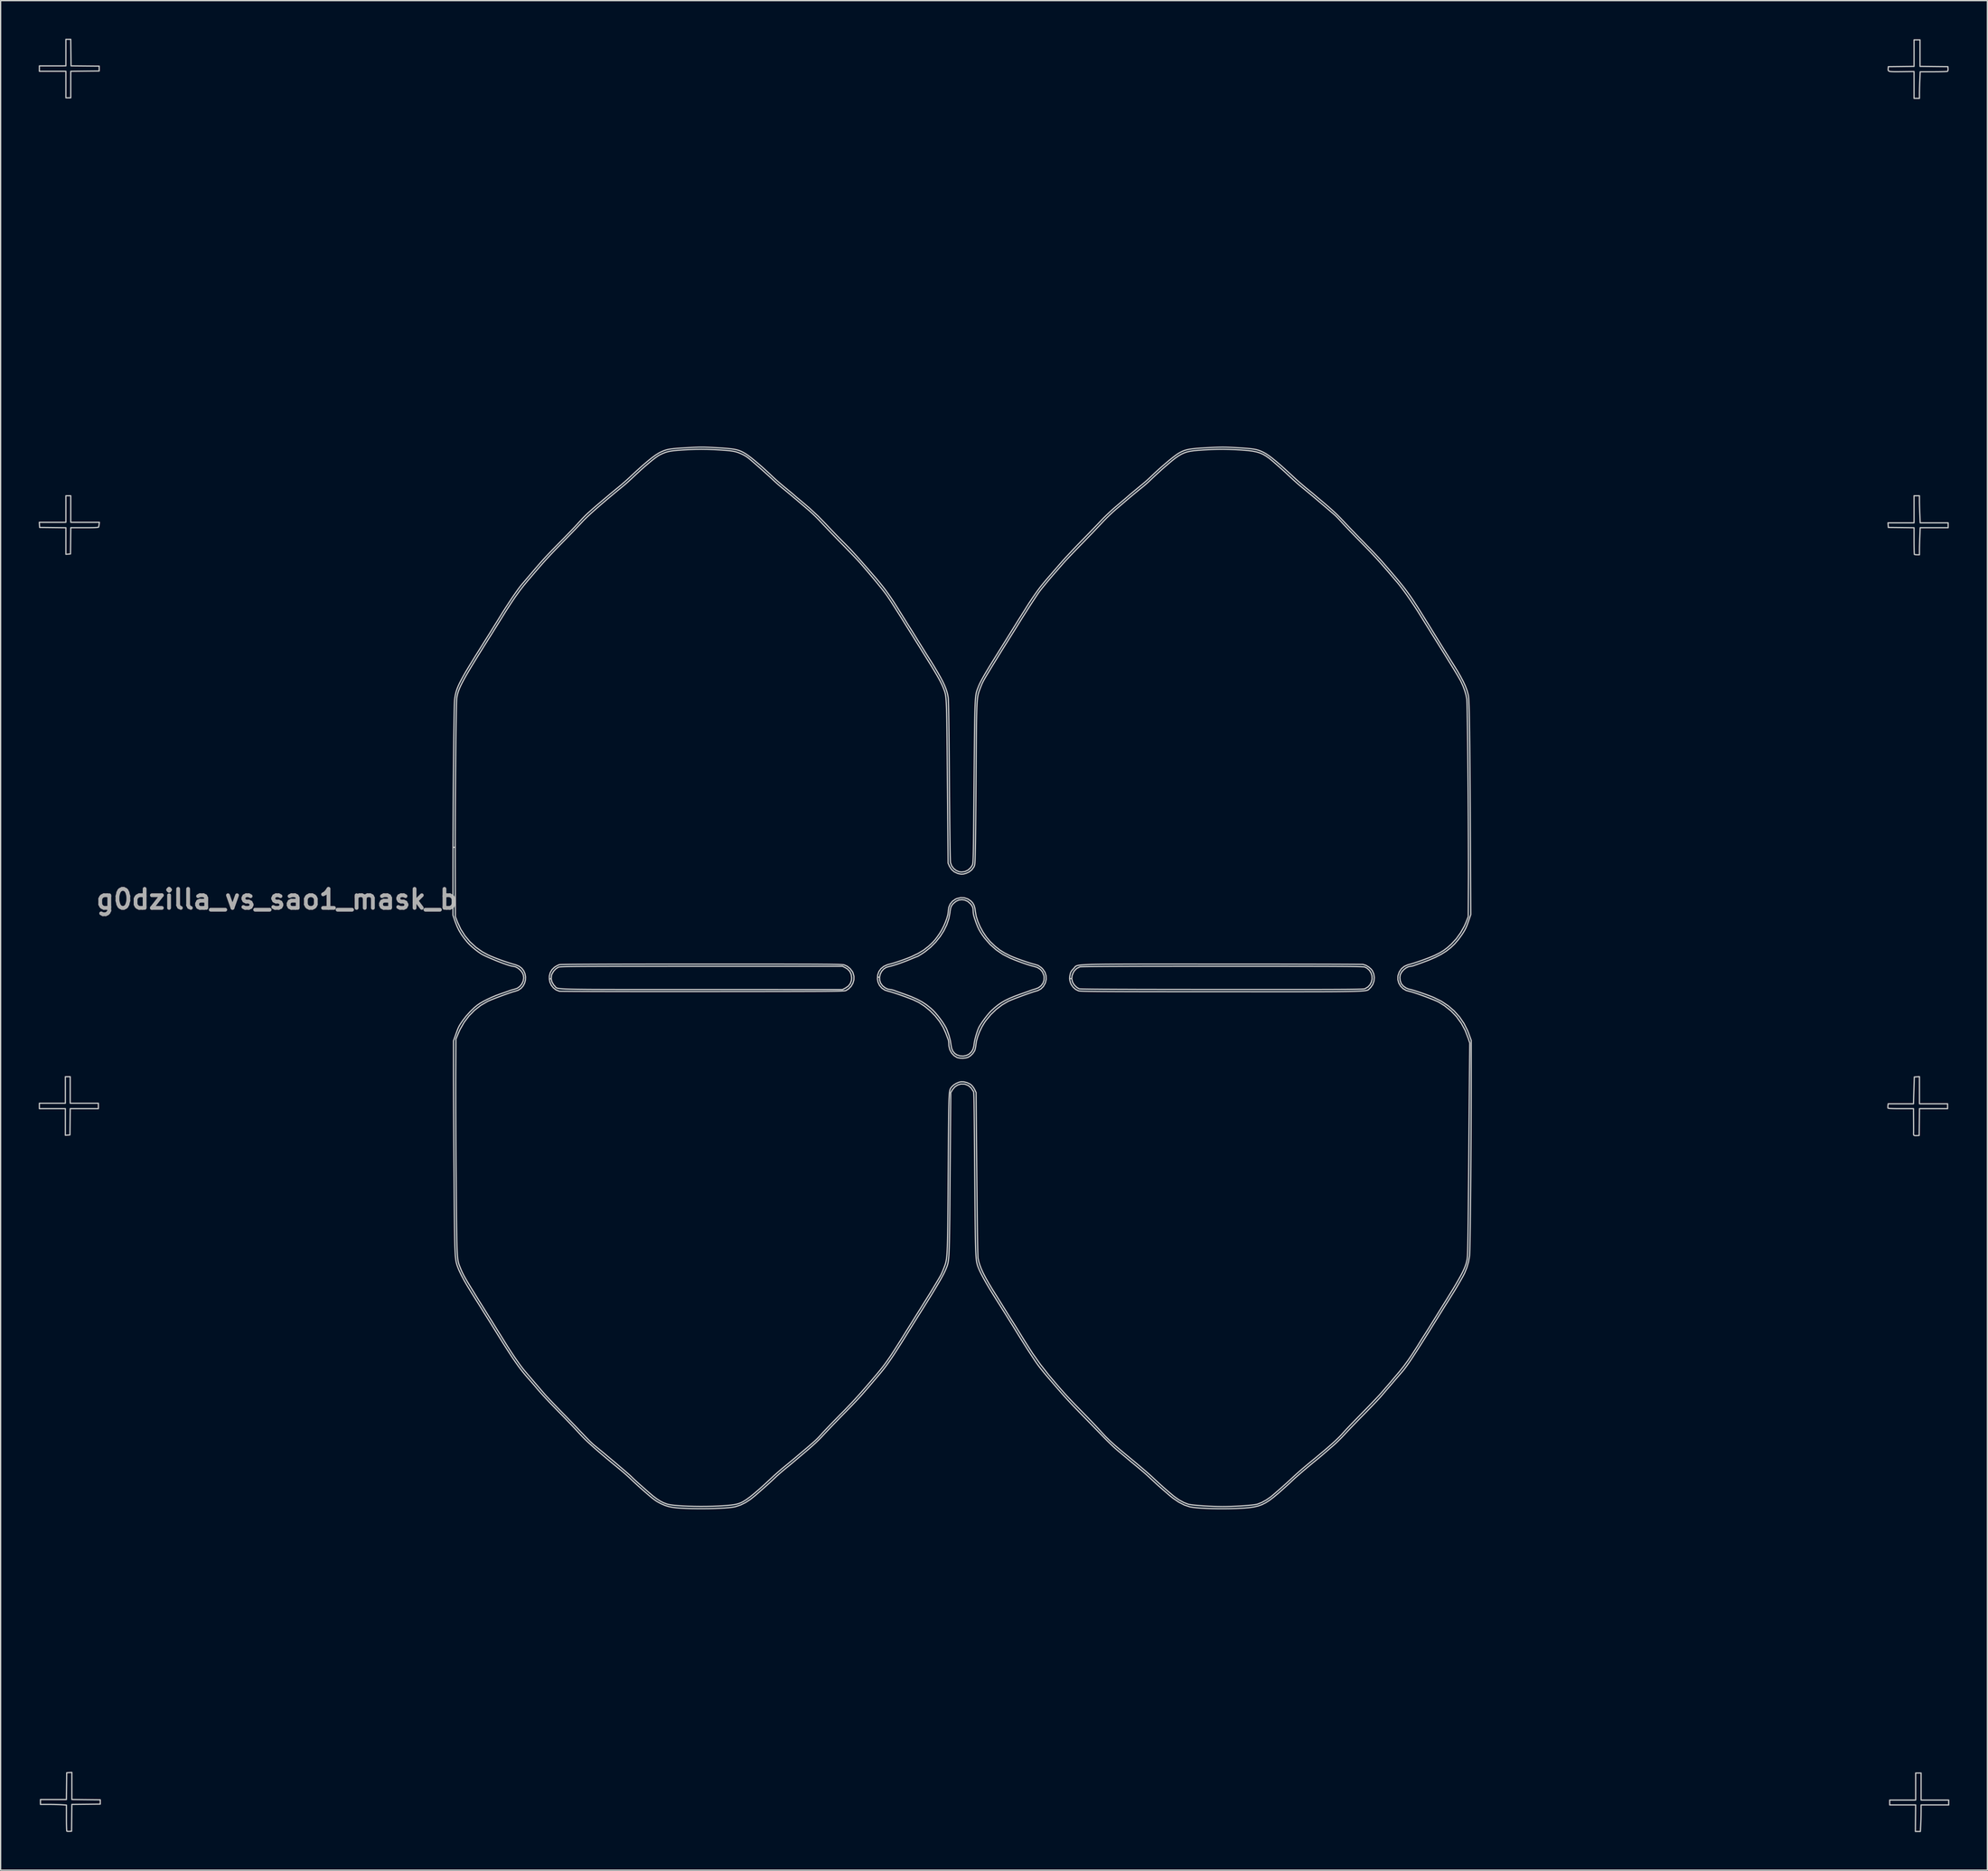
<source format=kicad_pcb>
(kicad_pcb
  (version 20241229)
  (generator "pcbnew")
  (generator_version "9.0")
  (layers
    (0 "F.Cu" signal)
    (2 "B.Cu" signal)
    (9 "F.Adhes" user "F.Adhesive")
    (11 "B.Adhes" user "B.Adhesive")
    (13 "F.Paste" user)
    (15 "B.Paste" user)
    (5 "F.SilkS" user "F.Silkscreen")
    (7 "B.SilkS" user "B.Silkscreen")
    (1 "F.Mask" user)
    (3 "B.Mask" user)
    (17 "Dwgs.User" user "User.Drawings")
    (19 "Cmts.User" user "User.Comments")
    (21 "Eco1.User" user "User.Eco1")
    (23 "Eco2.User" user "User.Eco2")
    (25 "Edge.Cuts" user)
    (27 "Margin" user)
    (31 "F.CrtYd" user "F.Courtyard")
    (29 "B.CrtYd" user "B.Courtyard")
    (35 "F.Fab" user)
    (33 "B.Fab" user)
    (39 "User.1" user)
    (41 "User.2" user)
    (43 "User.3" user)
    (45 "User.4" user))
  (footprint "g0dzilla_vs_sao1_mask_b"
    (layer "F.Cu")
    (at 72.754 74.116)
    (property "Reference" "g0dzilla_vs_sao1_mask_b" (at -53.97 -6.26 0) (layer "F.Fab") (effects (font (size 1.5 1.5) (thickness 0.3))))
    (attr board_only exclude_from_pos_files exclude_from_bom)
    (fp_poly (pts (xy 21.615 22.182) (xy 22.474 22.329) (xy 22.752 22.395) (xy 23.578 22.649) (xy 24.369 22.977) (xy 25.122 23.375) (xy 25.832 23.84) (xy 26.494 24.366) (xy 27.103 24.949) (xy 27.655 25.586) (xy 28.146 26.271) (xy 28.57 27.001) (xy 28.923 27.771) (xy 29.111 28.289) (xy 29.293 28.91) (xy 29.422 29.511) (xy 29.502 30.121) (xy 29.538 30.768) (xy 29.541 31.035) (xy 29.538 31.301) (xy 29.529 31.571) (xy 29.517 31.819) (xy 29.501 32.016) (xy 29.496 32.061) (xy 29.348 32.916) (xy 29.122 33.744) (xy 28.82 34.538) (xy 28.446 35.296) (xy 28.004 36.013) (xy 27.495 36.685) (xy 26.924 37.307) (xy 26.293 37.877) (xy 25.606 38.389) (xy 24.866 38.84) (xy 24.077 39.225) (xy 23.819 39.332) (xy 23.339 39.503) (xy 22.809 39.657) (xy 22.265 39.785) (xy 21.742 39.877) (xy 21.65 39.889) (xy 21.292 39.924) (xy 20.879 39.944) (xy 20.437 39.951) (xy 19.995 39.944) (xy 19.58 39.923) (xy 19.219 39.889) (xy 19.189 39.885) (xy 18.515 39.764) (xy 17.821 39.583) (xy 17.136 39.351) (xy 16.488 39.078) (xy 16.179 38.924) (xy 15.419 38.476) (xy 14.714 37.966) (xy 14.067 37.398) (xy 13.481 36.777) (xy 12.959 36.106) (xy 12.504 35.391) (xy 12.119 34.634) (xy 11.807 33.841) (xy 11.571 33.016) (xy 11.413 32.163) (xy 11.4 32.061) (xy 11.378 31.812) (xy 11.364 31.503) (xy 11.358 31.159) (xy 11.359 30.805) (xy 11.369 30.468) (xy 11.387 30.17) (xy 11.4 30.032) (xy 11.537 29.194) (xy 11.754 28.382) (xy 12.046 27.599) (xy 12.408 26.851) (xy 12.838 26.141) (xy 13.332 25.474) (xy 13.885 24.854) (xy 14.494 24.286) (xy 15.154 23.774) (xy 15.863 23.322) (xy 16.616 22.935) (xy 17.409 22.616) (xy 18.144 22.395) (xy 18.996 22.221) (xy 19.865 22.128) (xy 20.742 22.114)) (stroke (width 0) (type solid)) (fill yes) (layer "B.Mask"))
    (fp_poly (pts (xy -18.952 18.427) (xy -18.46 18.45) (xy -18.011 18.492) (xy -17.586 18.556) (xy -17.164 18.645) (xy -16.725 18.762) (xy -16.249 18.91) (xy -16.222 18.919) (xy -15.354 19.249) (xy -14.527 19.65) (xy -13.745 20.118) (xy -13.012 20.649) (xy -12.333 21.24) (xy -11.711 21.887) (xy -11.152 22.587) (xy -10.659 23.334) (xy -10.294 24.007) (xy -9.979 24.705) (xy -9.731 25.381) (xy -9.545 26.057) (xy -9.417 26.753) (xy -9.341 27.488) (xy -9.318 28.004) (xy -9.314 28.575) (xy -9.334 29.088) (xy -9.382 29.569) (xy -9.46 30.043) (xy -9.57 30.534) (xy -9.585 30.593) (xy -9.842 31.449) (xy -10.165 32.256) (xy -10.557 33.02) (xy -11.022 33.747) (xy -11.563 34.443) (xy -12.183 35.114) (xy -12.184 35.115) (xy -12.873 35.747) (xy -13.597 36.302) (xy -14.362 36.784) (xy -15.171 37.195) (xy -16.031 37.538) (xy -16.223 37.603) (xy -16.692 37.75) (xy -17.123 37.866) (xy -17.536 37.954) (xy -17.953 38.018) (xy -18.395 38.061) (xy -18.884 38.087) (xy -19.317 38.098) (xy -19.613 38.102) (xy -19.888 38.103) (xy -20.129 38.103) (xy -20.321 38.101) (xy -20.45 38.098) (xy -20.491 38.095) (xy -21.397 37.957) (xy -22.244 37.768) (xy -23.042 37.523) (xy -23.802 37.219) (xy -24.535 36.853) (xy -25.238 36.428) (xy -25.983 35.89) (xy -26.67 35.293) (xy -27.295 34.641) (xy -27.857 33.94) (xy -28.352 33.193) (xy -28.776 32.405) (xy -29.127 31.58) (xy -29.402 30.725) (xy -29.59 29.882) (xy -29.634 29.568) (xy -29.668 29.193) (xy -29.692 28.781) (xy -29.705 28.355) (xy -29.706 27.941) (xy -29.694 27.56) (xy -29.672 27.274) (xy -29.538 26.391) (xy -29.325 25.534) (xy -29.036 24.706) (xy -28.674 23.911) (xy -28.245 23.154) (xy -27.75 22.437) (xy -27.194 21.766) (xy -26.579 21.144) (xy -25.91 20.574) (xy -25.19 20.061) (xy -24.422 19.609) (xy -23.61 19.222) (xy -22.758 18.903) (xy -21.985 18.684) (xy -21.639 18.604) (xy -21.331 18.541) (xy -21.042 18.494) (xy -20.752 18.46) (xy -20.443 18.438) (xy -20.095 18.426) (xy -19.689 18.421) (xy -19.509 18.42)) (stroke (width 0) (type solid)) (fill yes) (layer "B.Mask"))
    (fp_poly (pts (xy 12.636 -35.424) (xy 13.012 -35.372) (xy 13.375 -35.291) (xy 13.699 -35.187) (xy 13.884 -35.106) (xy 14.168 -34.971) (xy 14.498 -34.828) (xy 14.846 -34.688) (xy 15.182 -34.563) (xy 15.475 -34.466) (xy 15.509 -34.456) (xy 15.733 -34.396) (xy 16.021 -34.329) (xy 16.355 -34.258) (xy 16.714 -34.186) (xy 17.078 -34.119) (xy 17.428 -34.059) (xy 17.745 -34.01) (xy 17.972 -33.98) (xy 18.595 -33.874) (xy 19.212 -33.703) (xy 19.262 -33.686) (xy 19.507 -33.602) (xy 20.209 -33.725) (xy 20.466 -33.772) (xy 20.713 -33.821) (xy 20.931 -33.867) (xy 21.097 -33.906) (xy 21.16 -33.923) (xy 21.231 -33.942) (xy 21.314 -33.957) (xy 21.416 -33.97) (xy 21.547 -33.98) (xy 21.715 -33.988) (xy 21.929 -33.994) (xy 22.198 -33.999) (xy 22.531 -34.002) (xy 22.936 -34.005) (xy 23.159 -34.006) (xy 24.909 -34.014) (xy 25.293 -34.144) (xy 25.646 -34.254) (xy 25.966 -34.33) (xy 26.283 -34.378) (xy 26.628 -34.402) (xy 26.958 -34.407) (xy 27.226 -34.409) (xy 27.43 -34.417) (xy 27.592 -34.438) (xy 27.732 -34.478) (xy 27.872 -34.541) (xy 28.034 -34.635) (xy 28.208 -34.746) (xy 28.519 -34.927) (xy 28.806 -35.05) (xy 29.098 -35.125) (xy 29.424 -35.163) (xy 29.439 -35.164) (xy 29.796 -35.158) (xy 30.095 -35.098) (xy 30.332 -34.984) (xy 30.506 -34.818) (xy 30.613 -34.603) (xy 30.65 -34.341) (xy 30.651 -34.334) (xy 30.668 -34.217) (xy 30.713 -34.065) (xy 30.751 -33.97) (xy 30.829 -33.755) (xy 30.892 -33.513) (xy 30.931 -33.275) (xy 30.943 -33.07) (xy 30.938 -32.999) (xy 30.88 -32.78) (xy 30.776 -32.573) (xy 30.642 -32.41) (xy 30.584 -32.362) (xy 30.465 -32.247) (xy 30.335 -32.059) (xy 30.256 -31.92) (xy 30.152 -31.739) (xy 30.039 -31.563) (xy 29.937 -31.423) (xy 29.915 -31.397) (xy 29.818 -31.277) (xy 29.743 -31.165) (xy 29.717 -31.113) (xy 29.707 -31.043) (xy 29.7 -30.898) (xy 29.695 -30.691) (xy 29.693 -30.432) (xy 29.694 -30.133) (xy 29.698 -29.832) (xy 29.704 -29.478) (xy 29.707 -29.199) (xy 29.707 -28.984) (xy 29.703 -28.824) (xy 29.695 -28.706) (xy 29.684 -28.622) (xy 29.667 -28.56) (xy 29.646 -28.51) (xy 29.526 -28.32) (xy 29.376 -28.183) (xy 29.177 -28.084) (xy 29 -28.029) (xy 28.823 -27.983) (xy 29.271 -27.641) (xy 29.472 -27.481) (xy 29.679 -27.306) (xy 29.865 -27.137) (xy 29.991 -27.013) (xy 30.153 -26.826) (xy 30.267 -26.649) (xy 30.34 -26.461) (xy 30.379 -26.239) (xy 30.394 -25.961) (xy 30.395 -25.87) (xy 30.392 -25.673) (xy 30.383 -25.537) (xy 30.361 -25.438) (xy 30.322 -25.352) (xy 30.28 -25.283) (xy 30.183 -25.162) (xy 30.074 -25.064) (xy 30.034 -25.04) (xy 29.973 -25.02) (xy 29.834 -24.985) (xy 29.625 -24.934) (xy 29.353 -24.87) (xy 29.025 -24.794) (xy 28.646 -24.707) (xy 28.224 -24.612) (xy 27.765 -24.51) (xy 27.277 -24.402) (xy 26.765 -24.29) (xy 26.671 -24.269) (xy 23.439 -23.564) (xy 22.76 -22.83) (xy 22.14 -22.14) (xy 21.68 -21.75) (xy 21.34 -21.39) (xy 20.91 -21.07) (xy 20.29 -20.95) (xy 19.59 -20.78) (xy 19.3 -20.85) (xy 19.14 -20.86) (xy 18.71 -20.86) (xy 18.18 -21.22) (xy 17.79 -21.81) (xy 17.23 -22.3) (xy 16.82 -22.89) (xy 16.47 -23.28) (xy 15.992 -23.689) (xy 15.467 -23.707) (xy 14.941 -23.725) (xy 14.422 -23.744) (xy 13.916 -23.763) (xy 13.432 -23.782) (xy 12.977 -23.801) (xy 12.56 -23.819) (xy 12.187 -23.835) (xy 11.867 -23.851) (xy 11.607 -23.865) (xy 11.415 -23.877) (xy 11.298 -23.887) (xy 11.281 -23.889) (xy 11.167 -23.935) (xy 11.022 -24.033) (xy 10.865 -24.168) (xy 10.713 -24.321) (xy 10.587 -24.477) (xy 10.531 -24.565) (xy 10.406 -24.826) (xy 10.323 -25.082) (xy 10.29 -25.307) (xy 10.29 -25.333) (xy 10.311 -25.557) (xy 10.367 -25.82) (xy 10.447 -26.088) (xy 10.543 -26.325) (xy 10.586 -26.41) (xy 10.76 -26.69) (xy 10.989 -27.007) (xy 11.259 -27.347) (xy 11.559 -27.692) (xy 11.875 -28.027) (xy 11.884 -28.036) (xy 12.089 -28.248) (xy 12.231 -28.404) (xy 12.311 -28.505) (xy 12.331 -28.554) (xy 12.32 -28.559) (xy 12.247 -28.58) (xy 12.123 -28.637) (xy 11.968 -28.718) (xy 11.801 -28.812) (xy 11.643 -28.907) (xy 11.514 -28.992) (xy 11.433 -29.056) (xy 11.429 -29.061) (xy 11.306 -29.255) (xy 11.242 -29.487) (xy 11.241 -29.727) (xy 11.288 -29.903) (xy 11.322 -30.025) (xy 11.349 -30.191) (xy 11.359 -30.33) (xy 11.37 -30.612) (xy 11.172 -30.813) (xy 11.012 -31.012) (xy 10.861 -31.277) (xy 10.802 -31.404) (xy 10.729 -31.572) (xy 10.671 -31.712) (xy 10.636 -31.805) (xy 10.629 -31.83) (xy 10.595 -31.872) (xy 10.51 -31.931) (xy 10.473 -31.953) (xy 10.323 -32.054) (xy 10.224 -32.174) (xy 10.164 -32.336) (xy 10.131 -32.56) (xy 10.13 -32.57) (xy 10.111 -32.743) (xy 10.084 -32.86) (xy 10.036 -32.951) (xy 9.961 -33.043) (xy 9.885 -33.134) (xy 9.842 -33.214) (xy 9.823 -33.315) (xy 9.819 -33.465) (xy 9.818 -33.5) (xy 9.83 -33.727) (xy 9.871 -33.931) (xy 9.947 -34.127) (xy 10.068 -34.329) (xy 10.239 -34.553) (xy 10.47 -34.812) (xy 10.498 -34.843) (xy 10.666 -35.011) (xy 10.821 -35.143) (xy 10.944 -35.223) (xy 10.964 -35.232) (xy 11.245 -35.32) (xy 11.582 -35.388) (xy 11.951 -35.43) (xy 12.273 -35.442)) (stroke (width 0) (type solid)) (fill yes) (layer "B.Mask"))
    (fp_poly (pts (xy -25.584 -36.141) (xy -25.437 -36.095) (xy -25.25 -36.027) (xy -25.041 -35.943) (xy -24.988 -35.92) (xy -24.768 -35.829) (xy -24.556 -35.747) (xy -24.374 -35.683) (xy -24.243 -35.646) (xy -24.228 -35.642) (xy -24.094 -35.622) (xy -24.001 -35.632) (xy -23.907 -35.68) (xy -23.843 -35.724) (xy -23.671 -35.847) (xy -22.962 -35.714) (xy -22.643 -35.655) (xy -22.395 -35.617) (xy -22.201 -35.599) (xy -22.049 -35.603) (xy -21.924 -35.63) (xy -21.813 -35.682) (xy -21.7 -35.76) (xy -21.6 -35.841) (xy -21.452 -35.961) (xy -21.343 -36.031) (xy -21.25 -36.065) (xy -21.163 -36.072) (xy -20.978 -36.033) (xy -20.808 -35.928) (xy -20.684 -35.775) (xy -20.68 -35.768) (xy -20.606 -35.575) (xy -20.543 -35.305) (xy -20.491 -34.967) (xy -20.451 -34.568) (xy -20.423 -34.117) (xy -20.41 -33.622) (xy -20.411 -33.091) (xy -20.411 -33.088) (xy -20.427 -32.132) (xy -19.937 -31.925) (xy -19.712 -31.826) (xy -19.543 -31.741) (xy -19.408 -31.656) (xy -19.283 -31.555) (xy -19.168 -31.447) (xy -18.987 -31.273) (xy -18.849 -31.15) (xy -18.74 -31.069) (xy -18.642 -31.023) (xy -18.538 -31.001) (xy -18.414 -30.996) (xy -18.332 -30.997) (xy -18.161 -30.996) (xy -18.046 -30.981) (xy -17.958 -30.946) (xy -17.872 -30.888) (xy -17.755 -30.785) (xy -17.671 -30.672) (xy -17.615 -30.532) (xy -17.583 -30.351) (xy -17.569 -30.11) (xy -17.567 -29.927) (xy -17.567 -29.394) (xy -16.371 -29.275) (xy -15.879 -29.221) (xy -15.323 -29.151) (xy -14.72 -29.068) (xy -14.089 -28.974) (xy -13.49 -28.878) (xy -12.997 -28.796) (xy -12.574 -28.722) (xy -12.209 -28.654) (xy -11.888 -28.587) (xy -11.597 -28.519) (xy -11.323 -28.446) (xy -11.052 -28.363) (xy -10.77 -28.269) (xy -10.464 -28.158) (xy -10.12 -28.028) (xy -9.93 -27.955) (xy -9.628 -27.835) (xy -9.392 -27.735) (xy -9.206 -27.647) (xy -9.055 -27.563) (xy -8.923 -27.475) (xy -8.872 -27.438) (xy -8.725 -27.322) (xy -8.645 -27.239) (xy -8.635 -27.17) (xy -8.693 -27.098) (xy -8.823 -27.007) (xy -8.901 -26.957) (xy -9.144 -26.794) (xy -9.324 -26.657) (xy -9.454 -26.533) (xy -9.546 -26.407) (xy -9.613 -26.267) (xy -9.635 -26.208) (xy -9.742 -25.817) (xy -9.783 -25.463) (xy -9.783 -25.393) (xy -9.785 -25.289) (xy -9.793 -25.232) (xy -9.796 -25.229) (xy -9.841 -25.219) (xy -9.95 -25.192) (xy -10.106 -25.152) (xy -10.231 -25.12) (xy -10.515 -25.046) (xy -10.728 -24.989) (xy -10.881 -24.944) (xy -10.987 -24.907) (xy -11.056 -24.873) (xy -11.099 -24.836) (xy -11.129 -24.792) (xy -11.157 -24.736) (xy -11.16 -24.729) (xy -11.207 -24.621) (xy -11.273 -24.453) (xy -11.353 -24.24) (xy -11.44 -24) (xy -11.53 -23.749) (xy -11.616 -23.502) (xy -11.692 -23.276) (xy -11.754 -23.088) (xy -11.794 -22.953) (xy -11.806 -22.904) (xy -11.872 -22.748) (xy -11.994 -22.652) (xy -12.133 -22.625) (xy -12.202 -22.623) (xy -12.238 -22.605) (xy -12.243 -22.553) (xy -12.221 -22.45) (xy -12.188 -22.326) (xy -12.143 -22.138) (xy -12.132 -22.004) (xy -12.16 -21.897) (xy -12.233 -21.791) (xy -12.316 -21.701) (xy -12.437 -21.554) (xy -12.495 -21.421) (xy -12.488 -21.286) (xy -12.415 -21.133) (xy -12.279 -20.946) (xy -12.177 -20.797) (xy -12.094 -20.638) (xy -12.045 -20.497) (xy -12.038 -20.442) (xy -12.08 -20.416) (xy -12.202 -20.407) (xy -12.404 -20.416) (xy -12.683 -20.441) (xy -13.036 -20.484) (xy -13.11 -20.494) (xy -13.812 -20.617) (xy -14.481 -20.796) (xy -14.941 -20.956) (xy -15.218 -21.054) (xy -15.561 -21.165) (xy -15.953 -21.284) (xy -16.377 -21.405) (xy -16.815 -21.523) (xy -17.115 -21.6) (xy -17.352 -21.661) (xy -17.564 -21.717) (xy -17.735 -21.765) (xy -17.849 -21.8) (xy -17.888 -21.815) (xy -17.949 -21.838) (xy -18.078 -21.882) (xy -18.264 -21.942) (xy -18.493 -22.015) (xy -18.752 -22.096) (xy -18.873 -22.133) (xy -19.142 -22.215) (xy -19.384 -22.291) (xy -19.589 -22.357) (xy -19.743 -22.407) (xy -19.834 -22.439) (xy -19.85 -22.446) (xy -19.927 -22.49) (xy -20.037 -22.555) (xy -20.07 -22.575) (xy -20.226 -22.67) (xy -20.31 -22.423) (xy -20.381 -22.261) (xy -20.493 -22.058) (xy -20.633 -21.831) (xy -20.791 -21.597) (xy -20.955 -21.374) (xy -21.111 -21.178) (xy -21.249 -21.026) (xy -21.338 -20.947) (xy -21.775 -20.687) (xy -22.254 -20.495) (xy -22.616 -20.404) (xy -22.781 -20.376) (xy -22.943 -20.354) (xy -23.12 -20.339) (xy -23.327 -20.33) (xy -23.58 -20.325) (xy -23.896 -20.324) (xy -24.046 -20.325) (xy -24.423 -20.329) (xy -24.756 -20.339) (xy -25.034 -20.353) (xy -25.246 -20.371) (xy -25.342 -20.385) (xy -25.668 -20.451) (xy -25.939 -20.517) (xy -26.145 -20.583) (xy -26.278 -20.644) (xy -26.291 -20.653) (xy -26.388 -20.719) (xy -26.518 -20.803) (xy -26.585 -20.845) (xy -26.785 -20.98) (xy -27.025 -21.158) (xy -27.284 -21.364) (xy -27.542 -21.58) (xy -27.778 -21.79) (xy -27.846 -21.853) (xy -28.065 -22.08) (xy -28.237 -22.303) (xy -28.374 -22.53) (xy -28.571 -22.89) (xy -28.541 -23.409) (xy -28.501 -23.821) (xy -28.43 -24.276) (xy -28.335 -24.74) (xy -28.22 -25.177) (xy -28.216 -25.191) (xy -28.159 -25.455) (xy -28.133 -25.738) (xy -28.132 -25.792) (xy -28.132 -26.111) (xy -28.607 -26.812) (xy -28.781 -27.066) (xy -28.967 -27.33) (xy -29.149 -27.583) (xy -29.311 -27.803) (xy -29.416 -27.94) (xy -29.54 -28.101) (xy -29.64 -28.244) (xy -29.727 -28.385) (xy -29.811 -28.545) (xy -29.902 -28.739) (xy -30.008 -28.986) (xy -30.071 -29.135) (xy -30.29 -29.697) (xy -30.498 -30.307) (xy -30.649 -30.809) (xy -30.734 -31.108) (xy -30.798 -31.342) (xy -30.844 -31.526) (xy -30.874 -31.675) (xy -30.893 -31.807) (xy -30.903 -31.937) (xy -30.906 -32.082) (xy -30.907 -32.201) (xy -30.907 -32.688) (xy -30.506 -33.601) (xy -30.106 -34.514) (xy -29.898 -34.637) (xy -29.69 -34.76) (xy -29.088 -34.732) (xy -28.487 -34.704) (xy -28.176 -34.982) (xy -27.958 -35.162) (xy -27.762 -35.279) (xy -27.565 -35.342) (xy -27.343 -35.362) (xy -27.186 -35.356) (xy -26.955 -35.353) (xy -26.76 -35.384) (xy -26.582 -35.457) (xy -26.401 -35.582) (xy -26.196 -35.767) (xy -26.147 -35.816) (xy -25.989 -35.971) (xy -25.875 -36.072) (xy -25.788 -36.129) (xy -25.716 -36.154) (xy -25.672 -36.158)) (stroke (width 0) (type solid)) (fill yes) (layer "B.Mask"))
    (fp_poly (pts (xy -70.266 8.773) (xy -70.266 9.818) (xy -69.156 9.818) (xy -68.046 9.818) (xy -68.046 10.032) (xy -68.046 10.245) (xy -69.156 10.245) (xy -70.265 10.245) (xy -70.276 11.281) (xy -70.288 12.316) (xy -70.469 12.329) (xy -70.65 12.342) (xy -70.65 11.294) (xy -70.65 10.245) (xy -71.675 10.245) (xy -72.699 10.245) (xy -72.699 10.032) (xy -72.699 9.818) (xy -71.675 9.818) (xy -70.65 9.818) (xy -70.65 8.773) (xy -70.65 7.727) (xy -70.458 7.727) (xy -70.266 7.727)) (stroke (width 0.1) (type solid)) (fill no) (layer "Dwgs.User"))
    (fp_poly (pts (xy 75.688 63.692) (xy 75.688 64.759) (xy 76.776 64.759) (xy 77.865 64.759) (xy 77.865 64.951) (xy 77.865 65.144) (xy 76.776 65.144) (xy 75.688 65.144) (xy 75.688 65.67) (xy 75.685 65.945) (xy 75.678 66.257) (xy 75.667 66.558) (xy 75.66 66.716) (xy 75.632 67.235) (xy 75.436 67.235) (xy 75.239 67.235) (xy 75.249 66.189) (xy 75.259 65.144) (xy 74.235 65.144) (xy 73.212 65.144) (xy 73.212 64.951) (xy 73.212 64.759) (xy 74.236 64.759) (xy 75.261 64.759) (xy 75.261 63.692) (xy 75.261 62.625) (xy 75.474 62.625) (xy 75.688 62.625)) (stroke (width 0.1) (type solid)) (fill no) (layer "Dwgs.User"))
    (fp_poly (pts (xy -70.214 -73.019) (xy -70.202 -71.972) (xy -69.092 -71.962) (xy -67.982 -71.952) (xy -67.982 -71.76) (xy -67.982 -71.568) (xy -69.103 -71.557) (xy -70.224 -71.545) (xy -70.224 -70.5) (xy -70.224 -69.455) (xy -70.416 -69.455) (xy -70.608 -69.455) (xy -70.608 -70.501) (xy -70.608 -71.547) (xy -71.654 -71.547) (xy -72.699 -71.547) (xy -72.699 -71.759) (xy -72.699 -71.971) (xy -71.75 -71.971) (xy -71.468 -71.972) (xy -71.211 -71.972) (xy -70.992 -71.972) (xy -70.825 -71.972) (xy -70.723 -71.973) (xy -70.704 -71.973) (xy -70.608 -71.974) (xy -70.608 -73.02) (xy -70.608 -74.066) (xy -70.416 -74.066) (xy -70.225 -74.066)) (stroke (width 0.1) (type solid)) (fill no) (layer "Dwgs.User"))
    (fp_poly (pts (xy -70.224 -37.033) (xy -70.224 -35.987) (xy -69.095 -35.987) (xy -67.966 -35.987) (xy -67.989 -35.827) (xy -68.008 -35.707) (xy -68.025 -35.622) (xy -68.027 -35.613) (xy -68.053 -35.596) (xy -68.122 -35.583) (xy -68.244 -35.573) (xy -68.425 -35.566) (xy -68.674 -35.562) (xy -68.997 -35.56) (xy -69.133 -35.56) (xy -70.222 -35.56) (xy -70.233 -34.525) (xy -70.245 -33.49) (xy -70.426 -33.476) (xy -70.608 -33.463) (xy -70.608 -34.511) (xy -70.608 -35.558) (xy -71.643 -35.57) (xy -72.678 -35.581) (xy -72.691 -35.784) (xy -72.704 -35.987) (xy -71.656 -35.987) (xy -70.608 -35.987) (xy -70.608 -37.033) (xy -70.608 -38.079) (xy -70.416 -38.079) (xy -70.224 -38.079)) (stroke (width 0.1) (type solid)) (fill no) (layer "Dwgs.User"))
    (fp_poly (pts (xy -70.138 63.646) (xy -70.138 64.715) (xy -69.018 64.727) (xy -67.897 64.738) (xy -67.897 64.909) (xy -67.897 65.079) (xy -69.017 65.091) (xy -70.137 65.102) (xy -70.148 66.158) (xy -70.159 67.214) (xy -70.332 67.227) (xy -70.448 67.228) (xy -70.525 67.215) (xy -70.535 67.209) (xy -70.543 67.159) (xy -70.551 67.037) (xy -70.557 66.853) (xy -70.562 66.62) (xy -70.565 66.352) (xy -70.565 66.167) (xy -70.565 65.156) (xy -70.917 65.129) (xy -71.09 65.119) (xy -71.321 65.111) (xy -71.585 65.104) (xy -71.855 65.101) (xy -71.942 65.101) (xy -72.614 65.101) (xy -72.614 64.909) (xy -72.614 64.717) (xy -71.59 64.717) (xy -70.567 64.717) (xy -70.555 63.66) (xy -70.544 62.604) (xy -70.341 62.591) (xy -70.138 62.578)) (stroke (width 0.1) (type solid)) (fill no) (layer "Dwgs.User"))
    (fp_poly (pts (xy 75.56 -37.723) (xy 75.561 -37.553) (xy 75.566 -37.323) (xy 75.574 -37.057) (xy 75.583 -36.782) (xy 75.588 -36.655) (xy 75.616 -35.944) (xy 76.719 -35.944) (xy 77.822 -35.944) (xy 77.822 -35.752) (xy 77.822 -35.56) (xy 76.719 -35.56) (xy 75.616 -35.56) (xy 75.588 -34.849) (xy 75.578 -34.577) (xy 75.57 -34.304) (xy 75.563 -34.054) (xy 75.56 -33.853) (xy 75.56 -33.782) (xy 75.56 -33.426) (xy 75.375 -33.426) (xy 75.255 -33.432) (xy 75.174 -33.447) (xy 75.161 -33.454) (xy 75.153 -33.503) (xy 75.146 -33.625) (xy 75.14 -33.809) (xy 75.136 -34.042) (xy 75.133 -34.312) (xy 75.133 -34.52) (xy 75.133 -35.558) (xy 74.119 -35.57) (xy 73.105 -35.581) (xy 73.092 -35.763) (xy 73.079 -35.944) (xy 74.106 -35.944) (xy 75.133 -35.944) (xy 75.133 -37.011) (xy 75.133 -38.079) (xy 75.346 -38.079) (xy 75.56 -38.079)) (stroke (width 0.1) (type solid)) (fill no) (layer "Dwgs.User"))
    (fp_poly (pts (xy 75.602 -72.978) (xy 75.602 -71.933) (xy 76.702 -71.921) (xy 77.801 -71.91) (xy 77.814 -71.743) (xy 77.809 -71.611) (xy 77.772 -71.541) (xy 77.715 -71.531) (xy 77.585 -71.522) (xy 77.395 -71.515) (xy 77.156 -71.509) (xy 76.881 -71.506) (xy 76.666 -71.505) (xy 75.616 -71.504) (xy 75.588 -70.832) (xy 75.578 -70.563) (xy 75.569 -70.29) (xy 75.563 -70.038) (xy 75.56 -69.836) (xy 75.56 -69.786) (xy 75.56 -69.412) (xy 75.346 -69.412) (xy 75.133 -69.412) (xy 75.133 -70.469) (xy 75.133 -71.526) (xy 74.168 -71.513) (xy 73.834 -71.51) (xy 73.576 -71.51) (xy 73.385 -71.516) (xy 73.25 -71.529) (xy 73.163 -71.553) (xy 73.113 -71.59) (xy 73.091 -71.64) (xy 73.089 -71.708) (xy 73.092 -71.757) (xy 73.105 -71.91) (xy 74.119 -71.921) (xy 75.133 -71.933) (xy 75.133 -72.978) (xy 75.133 -74.023) (xy 75.368 -74.023) (xy 75.602 -74.023)) (stroke (width 0.1) (type solid)) (fill no) (layer "Dwgs.User"))
    (fp_poly (pts (xy 75.56 8.792) (xy 75.56 9.861) (xy 76.67 9.861) (xy 77.779 9.861) (xy 77.779 10.053) (xy 77.779 10.245) (xy 76.67 10.245) (xy 75.561 10.245) (xy 75.55 11.302) (xy 75.538 12.358) (xy 75.335 12.372) (xy 75.194 12.371) (xy 75.121 12.344) (xy 75.109 12.325) (xy 75.092 12.246) (xy 75.093 12.226) (xy 75.095 12.174) (xy 75.096 12.049) (xy 75.097 11.864) (xy 75.097 11.632) (xy 75.096 11.364) (xy 75.095 11.217) (xy 75.09 10.245) (xy 74.09 10.245) (xy 73.732 10.244) (xy 73.455 10.239) (xy 73.256 10.23) (xy 73.131 10.218) (xy 73.078 10.202) (xy 73.075 10.198) (xy 73.069 10.126) (xy 73.075 10.014) (xy 73.076 10.006) (xy 73.093 9.861) (xy 74.092 9.861) (xy 75.09 9.861) (xy 75.096 9.616) (xy 75.099 9.493) (xy 75.104 9.305) (xy 75.111 9.069) (xy 75.12 8.804) (xy 75.128 8.559) (xy 75.154 7.748) (xy 75.357 7.735) (xy 75.56 7.722)) (stroke (width 0.1) (type solid)) (fill no) (layer "Dwgs.User"))
    (fp_poly (pts (xy -19.327 -1.152) (xy -18.249 -1.152) (xy -17.25 -1.152) (xy -16.327 -1.152) (xy -15.478 -1.151) (xy -14.698 -1.15) (xy -13.986 -1.15) (xy -13.339 -1.148) (xy -12.752 -1.147) (xy -12.224 -1.146) (xy -11.75 -1.144) (xy -11.329 -1.142) (xy -10.957 -1.139) (xy -10.631 -1.137) (xy -10.348 -1.134) (xy -10.105 -1.13) (xy -9.899 -1.127) (xy -9.727 -1.123) (xy -9.585 -1.118) (xy -9.472 -1.113) (xy -9.384 -1.108) (xy -9.317 -1.102) (xy -9.27 -1.096) (xy -9.238 -1.09) (xy -9.235 -1.089) (xy -8.99 -0.976) (xy -8.77 -0.798) (xy -8.597 -0.576) (xy -8.539 -0.462) (xy -8.465 -0.19) (xy -8.469 0.087) (xy -8.545 0.354) (xy -8.688 0.598) (xy -8.89 0.802) (xy -9.085 0.925) (xy -9.104 0.933) (xy -9.128 0.941) (xy -9.16 0.948) (xy -9.205 0.954) (xy -9.264 0.96) (xy -9.341 0.965) (xy -9.439 0.97) (xy -9.561 0.975) (xy -9.71 0.979) (xy -9.889 0.983) (xy -10.102 0.986) (xy -10.351 0.989) (xy -10.639 0.992) (xy -10.97 0.995) (xy -11.347 0.997) (xy -11.772 0.999) (xy -12.249 1) (xy -12.781 1.002) (xy -13.371 1.003) (xy -14.023 1.004) (xy -14.738 1.005) (xy -15.52 1.006) (xy -16.373 1.007) (xy -17.299 1.008) (xy -18.302 1.008) (xy -19.384 1.009) (xy -20.405 1.01) (xy -21.377 1.01) (xy -22.328 1.01) (xy -23.253 1.01) (xy -24.149 1.01) (xy -25.013 1.01) (xy -25.841 1.009) (xy -26.629 1.008) (xy -27.375 1.007) (xy -28.073 1.006) (xy -28.721 1.004) (xy -29.315 1.003) (xy -29.852 1.001) (xy -30.328 0.999) (xy -30.738 0.997) (xy -31.081 0.994) (xy -31.352 0.992) (xy -31.547 0.99) (xy -31.663 0.987) (xy -31.697 0.985) (xy -31.955 0.882) (xy -32.166 0.722) (xy -32.326 0.517) (xy -32.433 0.28) (xy -32.484 0.026) (xy -32.484 0.004) (xy -32.336 0.004) (xy -32.277 0.257) (xy -32.145 0.484) (xy -32.072 0.564) (xy -32.045 0.593) (xy -32.023 0.621) (xy -32.004 0.646) (xy -31.985 0.67) (xy -31.962 0.691) (xy -31.933 0.711) (xy -31.894 0.729) (xy -31.843 0.746) (xy -31.776 0.761) (xy -31.69 0.774) (xy -31.583 0.786) (xy -31.45 0.797) (xy -31.29 0.807) (xy -31.099 0.815) (xy -30.873 0.822) (xy -30.611 0.829) (xy -30.308 0.834) (xy -29.962 0.838) (xy -29.569 0.842) (xy -29.127 0.845) (xy -28.632 0.847) (xy -28.082 0.849) (xy -27.474 0.85) (xy -26.803 0.851) (xy -26.068 0.852) (xy -25.265 0.852) (xy -24.39 0.852) (xy -23.442 0.852) (xy -22.417 0.852) (xy -21.312 0.852) (xy -20.488 0.852) (xy -9.364 0.854) (xy -9.133 0.736) (xy -8.903 0.579) (xy -8.746 0.375) (xy -8.661 0.126) (xy -8.645 -0.064) (xy -8.681 -0.342) (xy -8.79 -0.576) (xy -8.972 -0.765) (xy -9.133 -0.864) (xy -9.364 -0.982) (xy -20.488 -0.981) (xy -21.64 -0.981) (xy -22.711 -0.981) (xy -23.702 -0.98) (xy -24.617 -0.98) (xy -25.459 -0.98) (xy -26.231 -0.979) (xy -26.937 -0.979) (xy -27.578 -0.978) (xy -28.159 -0.977) (xy -28.683 -0.975) (xy -29.152 -0.974) (xy -29.57 -0.972) (xy -29.94 -0.97) (xy -30.264 -0.968) (xy -30.547 -0.965) (xy -30.79 -0.962) (xy -30.998 -0.959) (xy -31.173 -0.955) (xy -31.318 -0.951) (xy -31.437 -0.946) (xy -31.533 -0.941) (xy -31.608 -0.936) (xy -31.665 -0.93) (xy -31.709 -0.923) (xy -31.742 -0.916) (xy -31.766 -0.909) (xy -31.784 -0.901) (xy -31.982 -0.772) (xy -32.154 -0.585) (xy -32.278 -0.369) (xy -32.316 -0.255) (xy -32.336 0.004) (xy -32.484 0.004) (xy -32.477 -0.232) (xy -32.41 -0.481) (xy -32.28 -0.708) (xy -32.085 -0.9) (xy -32.046 -0.927) (xy -31.9 -1.014) (xy -31.753 -1.084) (xy -31.683 -1.109) (xy -31.621 -1.114) (xy -31.476 -1.119) (xy -31.246 -1.123) (xy -30.933 -1.128) (xy -30.535 -1.132) (xy -30.053 -1.135) (xy -29.487 -1.138) (xy -28.836 -1.141) (xy -28.1 -1.144) (xy -27.28 -1.146) (xy -26.375 -1.148) (xy -25.385 -1.149) (xy -24.311 -1.151) (xy -23.151 -1.152) (xy -21.906 -1.152) (xy -20.575 -1.152) (xy -20.488 -1.152)) (stroke (width 0.1) (type solid)) (fill no) (layer "Dwgs.User"))
    (fp_poly (pts (xy 16.406 -1.153) (xy 17.338 -1.153) (xy 18.346 -1.153) (xy 19.434 -1.152) (xy 20.531 -1.152) (xy 21.496 -1.152) (xy 22.439 -1.152) (xy 23.358 -1.151) (xy 24.248 -1.15) (xy 25.105 -1.15) (xy 25.927 -1.148) (xy 26.709 -1.147) (xy 27.448 -1.146) (xy 28.14 -1.144) (xy 28.781 -1.143) (xy 29.369 -1.141) (xy 29.899 -1.139) (xy 30.367 -1.137) (xy 30.771 -1.135) (xy 31.105 -1.133) (xy 31.368 -1.131) (xy 31.555 -1.129) (xy 31.662 -1.127) (xy 31.687 -1.125) (xy 31.907 -1.054) (xy 32.127 -0.925) (xy 32.317 -0.759) (xy 32.416 -0.63) (xy 32.529 -0.371) (xy 32.57 -0.091) (xy 32.541 0.191) (xy 32.446 0.456) (xy 32.287 0.686) (xy 32.228 0.744) (xy 32.198 0.773) (xy 32.174 0.8) (xy 32.152 0.825) (xy 32.129 0.847) (xy 32.101 0.869) (xy 32.067 0.888) (xy 32.022 0.906) (xy 31.964 0.922) (xy 31.89 0.936) (xy 31.796 0.949) (xy 31.68 0.961) (xy 31.538 0.972) (xy 31.368 0.981) (xy 31.166 0.989) (xy 30.929 0.996) (xy 30.654 1.002) (xy 30.338 1.007) (xy 29.979 1.011) (xy 29.572 1.015) (xy 29.115 1.018) (xy 28.605 1.02) (xy 28.039 1.021) (xy 27.413 1.022) (xy 26.725 1.023) (xy 25.972 1.023) (xy 25.15 1.023) (xy 24.256 1.023) (xy 23.288 1.023) (xy 22.242 1.022) (xy 21.115 1.022) (xy 20.536 1.022) (xy 19.372 1.021) (xy 18.291 1.021) (xy 17.289 1.02) (xy 16.363 1.02) (xy 15.511 1.019) (xy 14.728 1.018) (xy 14.014 1.017) (xy 13.363 1.016) (xy 12.774 1.014) (xy 12.243 1.012) (xy 11.768 1.01) (xy 11.345 1.008) (xy 10.971 1.006) (xy 10.643 1.003) (xy 10.359 1) (xy 10.115 0.997) (xy 9.908 0.993) (xy 9.735 0.989) (xy 9.594 0.984) (xy 9.481 0.979) (xy 9.393 0.974) (xy 9.327 0.968) (xy 9.281 0.962) (xy 9.251 0.956) (xy 9.249 0.955) (xy 9.022 0.844) (xy 8.821 0.669) (xy 8.669 0.452) (xy 8.605 0.295) (xy 8.559 0.122) (xy 8.543 -0.011) (xy 8.714 -0.011) (xy 8.761 0.23) (xy 8.843 0.397) (xy 8.976 0.564) (xy 9.136 0.705) (xy 9.296 0.794) (xy 9.307 0.798) (xy 9.351 0.803) (xy 9.449 0.808) (xy 9.604 0.813) (xy 9.818 0.817) (xy 10.091 0.821) (xy 10.425 0.825) (xy 10.823 0.828) (xy 11.286 0.832) (xy 11.816 0.834) (xy 12.414 0.837) (xy 13.083 0.839) (xy 13.824 0.842) (xy 14.639 0.843) (xy 15.53 0.845) (xy 16.498 0.846) (xy 17.545 0.847) (xy 18.673 0.848) (xy 19.884 0.849) (xy 20.567 0.849) (xy 21.727 0.85) (xy 22.804 0.85) (xy 23.803 0.85) (xy 24.725 0.85) (xy 25.574 0.85) (xy 26.352 0.85) (xy 27.063 0.849) (xy 27.711 0.849) (xy 28.297 0.848) (xy 28.825 0.846) (xy 29.298 0.845) (xy 29.719 0.843) (xy 30.091 0.841) (xy 30.417 0.839) (xy 30.7 0.836) (xy 30.944 0.833) (xy 31.15 0.829) (xy 31.323 0.825) (xy 31.465 0.821) (xy 31.579 0.817) (xy 31.668 0.811) (xy 31.736 0.806) (xy 31.785 0.8) (xy 31.818 0.793) (xy 31.837 0.787) (xy 32.066 0.651) (xy 32.236 0.468) (xy 32.346 0.251) (xy 32.396 0.017) (xy 32.386 -0.223) (xy 32.316 -0.453) (xy 32.187 -0.66) (xy 31.998 -0.83) (xy 31.837 -0.916) (xy 31.814 -0.922) (xy 31.778 -0.929) (xy 31.726 -0.935) (xy 31.655 -0.94) (xy 31.561 -0.945) (xy 31.443 -0.95) (xy 31.296 -0.954) (xy 31.117 -0.958) (xy 30.904 -0.962) (xy 30.654 -0.965) (xy 30.364 -0.968) (xy 30.03 -0.97) (xy 29.649 -0.972) (xy 29.219 -0.974) (xy 28.736 -0.976) (xy 28.198 -0.977) (xy 27.601 -0.978) (xy 26.942 -0.979) (xy 26.219 -0.98) (xy 25.427 -0.981) (xy 24.565 -0.981) (xy 23.63 -0.982) (xy 22.617 -0.982) (xy 21.524 -0.982) (xy 20.584 -0.982) (xy 19.346 -0.982) (xy 18.191 -0.981) (xy 17.118 -0.981) (xy 16.124 -0.98) (xy 15.207 -0.979) (xy 14.366 -0.978) (xy 13.597 -0.976) (xy 12.9 -0.974) (xy 12.272 -0.972) (xy 11.711 -0.97) (xy 11.216 -0.967) (xy 10.783 -0.964) (xy 10.411 -0.961) (xy 10.098 -0.957) (xy 9.842 -0.953) (xy 9.642 -0.949) (xy 9.494 -0.945) (xy 9.396 -0.94) (xy 9.348 -0.934) (xy 9.345 -0.933) (xy 9.105 -0.811) (xy 8.916 -0.622) (xy 8.82 -0.462) (xy 8.732 -0.231) (xy 8.714 -0.011) (xy 8.543 -0.011) (xy 8.542 -0.019) (xy 8.552 -0.165) (xy 8.586 -0.347) (xy 8.627 -0.488) (xy 8.692 -0.608) (xy 8.8 -0.736) (xy 8.857 -0.794) (xy 8.891 -0.831) (xy 8.918 -0.865) (xy 8.941 -0.897) (xy 8.964 -0.927) (xy 8.99 -0.954) (xy 9.02 -0.979) (xy 9.06 -1.001) (xy 9.111 -1.022) (xy 9.178 -1.041) (xy 9.262 -1.057) (xy 9.366 -1.073) (xy 9.495 -1.086) (xy 9.652 -1.098) (xy 9.838 -1.108) (xy 10.057 -1.117) (xy 10.313 -1.125) (xy 10.609 -1.132) (xy 10.946 -1.137) (xy 11.33 -1.142) (xy 11.762 -1.145) (xy 12.245 -1.148) (xy 12.784 -1.15) (xy 13.38 -1.152) (xy 14.038 -1.153) (xy 14.759 -1.153) (xy 15.548 -1.153)) (stroke (width 0.1) (type solid)) (fill no) (layer "Dwgs.User"))
    (fp_poly (pts (xy 0.245 -6.379) (xy 0.523 -6.285) (xy 0.74 -6.142) (xy 0.896 -5.981) (xy 1.006 -5.787) (xy 1.077 -5.543) (xy 1.111 -5.296) (xy 1.178 -4.918) (xy 1.306 -4.51) (xy 1.488 -4.091) (xy 1.714 -3.679) (xy 1.974 -3.292) (xy 2.26 -2.947) (xy 2.327 -2.878) (xy 2.68 -2.545) (xy 3.029 -2.27) (xy 3.403 -2.034) (xy 3.827 -1.819) (xy 3.939 -1.768) (xy 4.117 -1.694) (xy 4.343 -1.607) (xy 4.598 -1.513) (xy 4.868 -1.418) (xy 5.133 -1.327) (xy 5.378 -1.247) (xy 5.584 -1.183) (xy 5.736 -1.142) (xy 5.782 -1.132) (xy 6.06 -1.044) (xy 6.307 -0.878) (xy 6.433 -0.751) (xy 6.599 -0.504) (xy 6.686 -0.232) (xy 6.696 0.05) (xy 6.628 0.331) (xy 6.48 0.598) (xy 6.464 0.619) (xy 6.276 0.806) (xy 6.039 0.932) (xy 5.868 0.982) (xy 5.753 1.014) (xy 5.575 1.072) (xy 5.347 1.15) (xy 5.087 1.242) (xy 4.81 1.343) (xy 4.531 1.447) (xy 4.265 1.548) (xy 4.029 1.64) (xy 3.837 1.719) (xy 3.705 1.777) (xy 3.693 1.783) (xy 3.215 2.065) (xy 2.755 2.418) (xy 2.329 2.829) (xy 1.952 3.284) (xy 1.832 3.454) (xy 1.626 3.798) (xy 1.446 4.169) (xy 1.301 4.545) (xy 1.2 4.903) (xy 1.155 5.187) (xy 1.131 5.373) (xy 1.096 5.546) (xy 1.056 5.672) (xy 1.051 5.682) (xy 0.91 5.897) (xy 0.717 6.083) (xy 0.534 6.195) (xy 0.352 6.248) (xy 0.129 6.271) (xy -0.099 6.263) (xy -0.296 6.224) (xy -0.342 6.207) (xy -0.575 6.062) (xy -0.765 5.854) (xy -0.901 5.6) (xy -0.973 5.316) (xy -0.981 5.178) (xy -0.988 5.02) (xy -1.005 4.883) (xy -1.023 4.815) (xy -1.055 4.735) (xy -1.107 4.596) (xy -1.173 4.421) (xy -1.22 4.292) (xy -1.434 3.822) (xy -1.72 3.362) (xy -2.066 2.925) (xy -2.462 2.522) (xy -2.893 2.167) (xy -3.348 1.872) (xy -3.789 1.66) (xy -4.081 1.547) (xy -4.389 1.432) (xy -4.699 1.32) (xy -4.998 1.216) (xy -5.269 1.126) (xy -5.499 1.053) (xy -5.672 1.004) (xy -5.742 0.989) (xy -6.033 0.894) (xy -6.272 0.735) (xy -6.453 0.519) (xy -6.569 0.256) (xy -6.609 0.015) (xy -6.601 -0.12) (xy -6.443 -0.12) (xy -6.434 0.119) (xy -6.361 0.346) (xy -6.217 0.549) (xy -6.201 0.565) (xy -6 0.722) (xy -5.784 0.822) (xy -5.595 0.854) (xy -5.483 0.87) (xy -5.334 0.911) (xy -5.242 0.944) (xy -5.113 0.993) (xy -4.929 1.06) (xy -4.711 1.137) (xy -4.485 1.216) (xy -4.473 1.221) (xy -3.952 1.413) (xy -3.503 1.609) (xy -3.109 1.819) (xy -2.756 2.049) (xy -2.43 2.308) (xy -2.239 2.483) (xy -2.053 2.677) (xy -1.854 2.912) (xy -1.655 3.171) (xy -1.468 3.434) (xy -1.307 3.684) (xy -1.185 3.902) (xy -1.135 4.013) (xy -0.971 4.472) (xy -0.864 4.874) (xy -0.815 5.19) (xy -0.763 5.486) (xy -0.664 5.717) (xy -0.511 5.894) (xy -0.342 6.007) (xy -0.105 6.086) (xy 0.153 6.101) (xy 0.404 6.052) (xy 0.606 5.952) (xy 0.794 5.781) (xy 0.921 5.57) (xy 0.994 5.304) (xy 1.011 5.156) (xy 1.038 4.972) (xy 1.091 4.736) (xy 1.161 4.476) (xy 1.241 4.219) (xy 1.323 3.991) (xy 1.395 3.827) (xy 1.511 3.628) (xy 1.669 3.391) (xy 1.851 3.139) (xy 2.042 2.894) (xy 2.223 2.68) (xy 2.357 2.539) (xy 2.627 2.291) (xy 2.891 2.077) (xy 3.166 1.887) (xy 3.464 1.715) (xy 3.799 1.552) (xy 4.186 1.391) (xy 4.638 1.224) (xy 4.803 1.167) (xy 5.018 1.092) (xy 5.215 1.022) (xy 5.373 0.964) (xy 5.474 0.926) (xy 5.486 0.921) (xy 5.606 0.878) (xy 5.76 0.832) (xy 5.826 0.815) (xy 6.087 0.713) (xy 6.296 0.554) (xy 6.445 0.35) (xy 6.526 0.111) (xy 6.533 -0.151) (xy 6.511 -0.267) (xy 6.404 -0.53) (xy 6.232 -0.738) (xy 6 -0.888) (xy 5.72 -0.975) (xy 5.569 -1.012) (xy 5.355 -1.075) (xy 5.095 -1.159) (xy 4.807 -1.259) (xy 4.508 -1.368) (xy 4.213 -1.48) (xy 3.939 -1.591) (xy 3.863 -1.622) (xy 3.283 -1.916) (xy 2.748 -2.28) (xy 2.264 -2.713) (xy 1.832 -3.211) (xy 1.657 -3.454) (xy 1.511 -3.679) (xy 1.394 -3.883) (xy 1.293 -4.098) (xy 1.192 -4.352) (xy 1.146 -4.479) (xy 1.052 -4.752) (xy 0.989 -4.964) (xy 0.953 -5.131) (xy 0.94 -5.272) (xy 0.939 -5.301) (xy 0.928 -5.508) (xy 0.888 -5.665) (xy 0.805 -5.808) (xy 0.722 -5.91) (xy 0.508 -6.098) (xy 0.265 -6.205) (xy 0.042 -6.233) (xy -0.192 -6.203) (xy -0.403 -6.11) (xy -0.591 -5.961) (xy -0.709 -5.835) (xy -0.79 -5.705) (xy -0.844 -5.548) (xy -0.88 -5.339) (xy -0.893 -5.218) (xy -0.979 -4.744) (xy -1.141 -4.264) (xy -1.373 -3.787) (xy -1.668 -3.325) (xy -2.017 -2.888) (xy -2.415 -2.487) (xy -2.854 -2.132) (xy -3.042 -2.004) (xy -3.204 -1.901) (xy -3.34 -1.818) (xy -3.434 -1.765) (xy -3.468 -1.75) (xy -3.518 -1.734) (xy -3.63 -1.691) (xy -3.785 -1.628) (xy -3.938 -1.564) (xy -4.203 -1.455) (xy -4.49 -1.345) (xy -4.782 -1.238) (xy -5.064 -1.141) (xy -5.318 -1.06) (xy -5.528 -0.999) (xy -5.677 -0.965) (xy -5.688 -0.964) (xy -5.93 -0.89) (xy -6.131 -0.754) (xy -6.286 -0.571) (xy -6.392 -0.354) (xy -6.443 -0.12) (xy -6.601 -0.12) (xy -6.591 -0.292) (xy -6.497 -0.564) (xy -6.333 -0.794) (xy -6.104 -0.976) (xy -5.815 -1.105) (xy -5.654 -1.146) (xy -5.508 -1.183) (xy -5.301 -1.245) (xy -5.051 -1.326) (xy -4.778 -1.419) (xy -4.499 -1.518) (xy -4.234 -1.617) (xy -4 -1.71) (xy -3.927 -1.74) (xy -3.414 -1.986) (xy -2.962 -2.26) (xy -2.585 -2.554) (xy -2.379 -2.744) (xy -2.214 -2.908) (xy -2.071 -3.07) (xy -1.93 -3.252) (xy -1.771 -3.476) (xy -1.711 -3.565) (xy -1.54 -3.843) (xy -1.382 -4.151) (xy -1.244 -4.467) (xy -1.134 -4.775) (xy -1.058 -5.055) (xy -1.025 -5.288) (xy -1.024 -5.325) (xy -0.984 -5.624) (xy -0.872 -5.888) (xy -0.694 -6.108) (xy -0.46 -6.271) (xy -0.353 -6.318) (xy -0.049 -6.39)) (stroke (width 0.1) (type solid)) (fill no) (layer "Dwgs.User"))
    (fp_poly (pts (xy -20.255 -41.911) (xy -20.002 -41.903) (xy -19.711 -41.889) (xy -19.364 -41.87) (xy -19.245 -41.863) (xy -18.813 -41.836) (xy -18.455 -41.808) (xy -18.158 -41.778) (xy -17.912 -41.743) (xy -17.705 -41.7) (xy -17.524 -41.647) (xy -17.359 -41.581) (xy -17.198 -41.501) (xy -17.028 -41.403) (xy -17.01 -41.392) (xy -16.83 -41.271) (xy -16.6 -41.098) (xy -16.331 -40.883) (xy -16.035 -40.635) (xy -15.723 -40.364) (xy -15.405 -40.079) (xy -15.092 -39.788) (xy -14.941 -39.643) (xy -14.738 -39.453) (xy -14.494 -39.235) (xy -14.238 -39.012) (xy -13.996 -38.808) (xy -13.939 -38.762) (xy -13.737 -38.597) (xy -13.542 -38.436) (xy -13.371 -38.293) (xy -13.241 -38.183) (xy -13.193 -38.141) (xy -13.051 -38.018) (xy -12.885 -37.877) (xy -12.764 -37.778) (xy -11.991 -37.124) (xy -11.293 -36.477) (xy -10.681 -35.85) (xy -10.435 -35.587) (xy -10.157 -35.296) (xy -9.871 -35) (xy -9.597 -34.72) (xy -9.358 -34.481) (xy -9.349 -34.471) (xy -9.162 -34.286) (xy -8.987 -34.108) (xy -8.815 -33.932) (xy -8.641 -33.748) (xy -8.458 -33.549) (xy -8.258 -33.329) (xy -8.034 -33.079) (xy -7.78 -32.791) (xy -7.489 -32.459) (xy -7.154 -32.074) (xy -6.914 -31.797) (xy -6.638 -31.476) (xy -6.392 -31.179) (xy -6.164 -30.894) (xy -5.948 -30.609) (xy -5.733 -30.311) (xy -5.512 -29.988) (xy -5.275 -29.629) (xy -5.014 -29.22) (xy -4.72 -28.75) (xy -4.708 -28.73) (xy -4.554 -28.482) (xy -4.406 -28.246) (xy -4.274 -28.034) (xy -4.166 -27.863) (xy -4.092 -27.746) (xy -4.08 -27.727) (xy -4.016 -27.627) (xy -3.916 -27.468) (xy -3.79 -27.265) (xy -3.645 -27.033) (xy -3.49 -26.785) (xy -3.439 -26.702) (xy -3.278 -26.443) (xy -3.118 -26.186) (xy -2.97 -25.949) (xy -2.844 -25.747) (xy -2.749 -25.598) (xy -2.732 -25.571) (xy -2.392 -25.033) (xy -2.099 -24.558) (xy -1.849 -24.138) (xy -1.64 -23.767) (xy -1.467 -23.438) (xy -1.327 -23.145) (xy -1.218 -22.88) (xy -1.135 -22.637) (xy -1.075 -22.409) (xy -1.036 -22.189) (xy -1.028 -22.134) (xy -1.021 -22.032) (xy -1.014 -21.845) (xy -1.006 -21.577) (xy -0.998 -21.229) (xy -0.991 -20.803) (xy -0.983 -20.3) (xy -0.976 -19.722) (xy -0.968 -19.071) (xy -0.961 -18.35) (xy -0.953 -17.558) (xy -0.946 -16.7) (xy -0.939 -15.775) (xy -0.938 -15.56) (xy -0.931 -14.608) (xy -0.923 -13.728) (xy -0.916 -12.92) (xy -0.909 -12.188) (xy -0.901 -11.531) (xy -0.894 -10.951) (xy -0.886 -10.449) (xy -0.879 -10.026) (xy -0.872 -9.683) (xy -0.864 -9.422) (xy -0.857 -9.244) (xy -0.85 -9.15) (xy -0.848 -9.142) (xy -0.761 -8.903) (xy -0.609 -8.697) (xy -0.41 -8.537) (xy -0.179 -8.437) (xy 0.021 -8.41) (xy 0.296 -8.45) (xy 0.539 -8.567) (xy 0.742 -8.755) (xy 0.865 -8.943) (xy 0.877 -8.968) (xy 0.888 -8.994) (xy 0.898 -9.028) (xy 0.906 -9.073) (xy 0.915 -9.133) (xy 0.922 -9.212) (xy 0.929 -9.314) (xy 0.935 -9.444) (xy 0.941 -9.606) (xy 0.947 -9.804) (xy 0.952 -10.041) (xy 0.957 -10.323) (xy 0.962 -10.653) (xy 0.967 -11.035) (xy 0.972 -11.474) (xy 0.977 -11.973) (xy 0.983 -12.537) (xy 0.988 -13.17) (xy 0.995 -13.877) (xy 1.002 -14.66) (xy 1.009 -15.496) (xy 1.017 -16.387) (xy 1.024 -17.197) (xy 1.031 -17.93) (xy 1.037 -18.59) (xy 1.043 -19.182) (xy 1.05 -19.71) (xy 1.056 -20.178) (xy 1.063 -20.59) (xy 1.071 -20.951) (xy 1.08 -21.265) (xy 1.089 -21.537) (xy 1.1 -21.77) (xy 1.111 -21.968) (xy 1.125 -22.137) (xy 1.14 -22.28) (xy 1.157 -22.401) (xy 1.175 -22.505) (xy 1.197 -22.596) (xy 1.22 -22.678) (xy 1.246 -22.756) (xy 1.275 -22.834) (xy 1.306 -22.916) (xy 1.318 -22.945) (xy 1.373 -23.083) (xy 1.436 -23.226) (xy 1.511 -23.38) (xy 1.6 -23.552) (xy 1.707 -23.747) (xy 1.836 -23.973) (xy 1.991 -24.236) (xy 2.175 -24.54) (xy 2.392 -24.894) (xy 2.645 -25.303) (xy 2.938 -25.772) (xy 3.173 -26.147) (xy 3.343 -26.42) (xy 3.532 -26.723) (xy 3.722 -27.026) (xy 3.893 -27.302) (xy 3.971 -27.428) (xy 4.128 -27.681) (xy 4.301 -27.958) (xy 4.471 -28.229) (xy 4.619 -28.465) (xy 4.652 -28.516) (xy 4.785 -28.728) (xy 4.92 -28.941) (xy 5.04 -29.133) (xy 5.13 -29.278) (xy 5.131 -29.28) (xy 5.341 -29.611) (xy 5.569 -29.956) (xy 5.803 -30.296) (xy 6.03 -30.614) (xy 6.238 -30.893) (xy 6.416 -31.116) (xy 6.42 -31.12) (xy 6.519 -31.239) (xy 6.608 -31.344) (xy 6.693 -31.445) (xy 6.782 -31.549) (xy 6.883 -31.667) (xy 7.003 -31.806) (xy 7.149 -31.975) (xy 7.329 -32.183) (xy 7.551 -32.438) (xy 7.814 -32.743) (xy 8 -32.952) (xy 8.233 -33.208) (xy 8.499 -33.495) (xy 8.786 -33.8) (xy 9.08 -34.109) (xy 9.367 -34.406) (xy 9.474 -34.515) (xy 9.747 -34.794) (xy 10.026 -35.08) (xy 10.298 -35.361) (xy 10.552 -35.625) (xy 10.775 -35.859) (xy 10.956 -36.05) (xy 11.026 -36.125) (xy 11.235 -36.34) (xy 11.485 -36.586) (xy 11.755 -36.839) (xy 12.019 -37.077) (xy 12.176 -37.213) (xy 12.402 -37.404) (xy 12.631 -37.598) (xy 12.845 -37.78) (xy 13.027 -37.935) (xy 13.146 -38.037) (xy 13.334 -38.199) (xy 13.551 -38.381) (xy 13.755 -38.551) (xy 13.806 -38.592) (xy 14.078 -38.816) (xy 14.296 -38.996) (xy 14.472 -39.145) (xy 14.619 -39.272) (xy 14.748 -39.388) (xy 14.872 -39.504) (xy 14.984 -39.611) (xy 15.253 -39.867) (xy 15.542 -40.132) (xy 15.84 -40.396) (xy 16.136 -40.651) (xy 16.418 -40.888) (xy 16.677 -41.096) (xy 16.9 -41.266) (xy 17.077 -41.39) (xy 17.129 -41.423) (xy 17.288 -41.512) (xy 17.443 -41.587) (xy 17.604 -41.65) (xy 17.782 -41.701) (xy 17.988 -41.744) (xy 18.23 -41.779) (xy 18.52 -41.809) (xy 18.867 -41.836) (xy 19.281 -41.861) (xy 19.637 -41.88) (xy 19.987 -41.896) (xy 20.285 -41.907) (xy 20.554 -41.911) (xy 20.817 -41.91) (xy 21.096 -41.901) (xy 21.412 -41.886) (xy 21.788 -41.865) (xy 21.844 -41.861) (xy 22.247 -41.835) (xy 22.578 -41.809) (xy 22.848 -41.783) (xy 23.071 -41.752) (xy 23.258 -41.716) (xy 23.423 -41.671) (xy 23.577 -41.616) (xy 23.733 -41.548) (xy 23.842 -41.496) (xy 24.034 -41.388) (xy 24.26 -41.237) (xy 24.523 -41.039) (xy 24.829 -40.791) (xy 25.179 -40.49) (xy 25.578 -40.134) (xy 26.03 -39.718) (xy 26.236 -39.526) (xy 26.454 -39.326) (xy 26.71 -39.1) (xy 26.972 -38.874) (xy 27.211 -38.674) (xy 27.235 -38.655) (xy 27.418 -38.506) (xy 27.579 -38.374) (xy 27.707 -38.27) (xy 27.788 -38.202) (xy 27.808 -38.185) (xy 27.857 -38.142) (xy 27.958 -38.056) (xy 28.095 -37.94) (xy 28.254 -37.806) (xy 28.26 -37.802) (xy 28.628 -37.491) (xy 28.941 -37.223) (xy 29.211 -36.985) (xy 29.448 -36.768) (xy 29.666 -36.56) (xy 29.875 -36.35) (xy 30.087 -36.128) (xy 30.169 -36.041) (xy 30.35 -35.849) (xy 30.577 -35.61) (xy 30.838 -35.338) (xy 31.12 -35.047) (xy 31.408 -34.75) (xy 31.69 -34.461) (xy 31.784 -34.365) (xy 32.093 -34.049) (xy 32.354 -33.781) (xy 32.579 -33.547) (xy 32.781 -33.333) (xy 32.97 -33.128) (xy 33.16 -32.917) (xy 33.362 -32.687) (xy 33.589 -32.426) (xy 33.852 -32.119) (xy 33.941 -32.016) (xy 34.196 -31.717) (xy 34.425 -31.446) (xy 34.633 -31.193) (xy 34.827 -30.952) (xy 35.011 -30.715) (xy 35.19 -30.474) (xy 35.37 -30.222) (xy 35.557 -29.951) (xy 35.755 -29.653) (xy 35.971 -29.322) (xy 36.208 -28.948) (xy 36.473 -28.525) (xy 36.772 -28.045) (xy 37.108 -27.5) (xy 37.14 -27.449) (xy 37.292 -27.203) (xy 37.475 -26.908) (xy 37.679 -26.58) (xy 37.895 -26.234) (xy 38.112 -25.885) (xy 38.323 -25.549) (xy 38.516 -25.241) (xy 38.682 -24.976) (xy 38.806 -24.781) (xy 39.117 -24.277) (xy 39.376 -23.829) (xy 39.586 -23.43) (xy 39.751 -23.071) (xy 39.876 -22.744) (xy 39.963 -22.441) (xy 39.988 -22.326) (xy 40 -22.246) (xy 40.011 -22.125) (xy 40.022 -21.963) (xy 40.032 -21.756) (xy 40.042 -21.502) (xy 40.051 -21.199) (xy 40.06 -20.843) (xy 40.068 -20.434) (xy 40.076 -19.968) (xy 40.084 -19.442) (xy 40.091 -18.854) (xy 40.099 -18.203) (xy 40.106 -17.484) (xy 40.113 -16.697) (xy 40.119 -15.837) (xy 40.126 -14.904) (xy 40.132 -13.894) (xy 40.139 -12.805) (xy 40.145 -11.634) (xy 40.149 -10.95) (xy 40.179 -5.059) (xy 39.982 -4.491) (xy 39.883 -4.219) (xy 39.79 -4) (xy 39.688 -3.802) (xy 39.562 -3.596) (xy 39.476 -3.466) (xy 39.196 -3.082) (xy 38.903 -2.742) (xy 38.586 -2.44) (xy 38.236 -2.169) (xy 37.841 -1.922) (xy 37.393 -1.69) (xy 36.88 -1.469) (xy 36.292 -1.25) (xy 36.264 -1.24) (xy 36.06 -1.168) (xy 35.878 -1.103) (xy 35.737 -1.053) (xy 35.656 -1.022) (xy 35.654 -1.021) (xy 35.532 -0.99) (xy 35.441 -0.981) (xy 35.25 -0.942) (xy 35.052 -0.839) (xy 34.868 -0.69) (xy 34.716 -0.509) (xy 34.621 -0.32) (xy 34.586 -0.101) (xy 34.609 0.138) (xy 34.684 0.359) (xy 34.725 0.431) (xy 34.872 0.592) (xy 35.07 0.729) (xy 35.285 0.819) (xy 35.375 0.839) (xy 35.484 0.863) (xy 35.657 0.913) (xy 35.878 0.982) (xy 36.132 1.066) (xy 36.401 1.158) (xy 36.671 1.254) (xy 36.925 1.348) (xy 37.147 1.434) (xy 37.261 1.481) (xy 37.853 1.775) (xy 38.391 2.131) (xy 38.871 2.545) (xy 39.29 3.012) (xy 39.643 3.529) (xy 39.925 4.09) (xy 40.016 4.322) (xy 40.213 4.865) (xy 40.213 8.164) (xy 40.212 8.873) (xy 40.211 9.607) (xy 40.209 10.362) (xy 40.206 11.131) (xy 40.203 11.911) (xy 40.199 12.695) (xy 40.194 13.479) (xy 40.189 14.258) (xy 40.183 15.027) (xy 40.177 15.78) (xy 40.17 16.513) (xy 40.163 17.221) (xy 40.156 17.898) (xy 40.149 18.54) (xy 40.141 19.141) (xy 40.133 19.697) (xy 40.125 20.202) (xy 40.118 20.651) (xy 40.11 21.04) (xy 40.102 21.363) (xy 40.094 21.614) (xy 40.087 21.79) (xy 40.08 21.878) (xy 40.001 22.318) (xy 39.867 22.776) (xy 39.691 23.213) (xy 39.555 23.479) (xy 39.397 23.756) (xy 39.263 23.989) (xy 39.144 24.193) (xy 39.031 24.384) (xy 38.916 24.574) (xy 38.789 24.78) (xy 38.641 25.016) (xy 38.465 25.296) (xy 38.278 25.592) (xy 38.212 25.697) (xy 38.107 25.864) (xy 37.97 26.083) (xy 37.807 26.344) (xy 37.625 26.636) (xy 37.43 26.949) (xy 37.228 27.274) (xy 37.225 27.278) (xy 36.841 27.893) (xy 36.498 28.44) (xy 36.193 28.921) (xy 35.923 29.343) (xy 35.685 29.71) (xy 35.476 30.026) (xy 35.294 30.295) (xy 35.134 30.522) (xy 34.994 30.712) (xy 34.872 30.869) (xy 34.783 30.976) (xy 34.679 31.096) (xy 34.527 31.272) (xy 34.336 31.493) (xy 34.115 31.751) (xy 33.871 32.034) (xy 33.613 32.334) (xy 33.35 32.641) (xy 33.089 32.945) (xy 33.064 32.973) (xy 32.963 33.086) (xy 32.811 33.25) (xy 32.617 33.455) (xy 32.392 33.691) (xy 32.144 33.947) (xy 31.884 34.214) (xy 31.694 34.407) (xy 31.422 34.684) (xy 31.149 34.964) (xy 30.886 35.235) (xy 30.644 35.487) (xy 30.433 35.708) (xy 30.265 35.887) (xy 30.187 35.972) (xy 29.987 36.184) (xy 29.757 36.414) (xy 29.527 36.634) (xy 29.324 36.818) (xy 29.316 36.824) (xy 29.123 36.99) (xy 28.924 37.162) (xy 28.743 37.319) (xy 28.607 37.437) (xy 28.452 37.571) (xy 28.293 37.705) (xy 28.164 37.813) (xy 28.152 37.823) (xy 27.702 38.191) (xy 27.283 38.538) (xy 26.904 38.86) (xy 26.571 39.148) (xy 26.291 39.396) (xy 26.082 39.591) (xy 25.897 39.765) (xy 25.668 39.975) (xy 25.417 40.202) (xy 25.166 40.425) (xy 24.995 40.575) (xy 24.634 40.877) (xy 24.312 41.121) (xy 24.011 41.314) (xy 23.717 41.461) (xy 23.411 41.571) (xy 23.077 41.65) (xy 22.699 41.704) (xy 22.26 41.741) (xy 22.156 41.747) (xy 21.699 41.769) (xy 21.222 41.782) (xy 20.736 41.788) (xy 20.251 41.787) (xy 19.781 41.779) (xy 19.336 41.764) (xy 18.929 41.742) (xy 18.57 41.715) (xy 18.271 41.682) (xy 18.044 41.643) (xy 18.015 41.636) (xy 17.587 41.493) (xy 17.146 41.266) (xy 16.695 40.958) (xy 16.45 40.761) (xy 15.916 40.301) (xy 15.44 39.879) (xy 15.01 39.482) (xy 14.856 39.337) (xy 14.689 39.183) (xy 14.479 38.996) (xy 14.248 38.797) (xy 14.019 38.604) (xy 13.938 38.537) (xy 13.716 38.355) (xy 13.483 38.162) (xy 13.262 37.978) (xy 13.075 37.821) (xy 13.016 37.771) (xy 12.815 37.602) (xy 12.586 37.41) (xy 12.364 37.224) (xy 12.269 37.145) (xy 12.118 37.014) (xy 11.926 36.836) (xy 11.709 36.628) (xy 11.482 36.405) (xy 11.263 36.182) (xy 11.249 36.168) (xy 11.059 35.973) (xy 10.824 35.73) (xy 10.554 35.453) (xy 10.263 35.154) (xy 9.965 34.848) (xy 9.671 34.548) (xy 9.518 34.391) (xy 9.186 34.05) (xy 8.897 33.752) (xy 8.64 33.481) (xy 8.4 33.224) (xy 8.165 32.966) (xy 7.922 32.693) (xy 7.658 32.391) (xy 7.36 32.046) (xy 7.169 31.825) (xy 6.887 31.496) (xy 6.653 31.22) (xy 6.459 30.986) (xy 6.296 30.784) (xy 6.155 30.604) (xy 6.028 30.433) (xy 5.906 30.262) (xy 5.782 30.08) (xy 5.735 30.01) (xy 5.497 29.649) (xy 5.232 29.24) (xy 4.957 28.81) (xy 4.69 28.386) (xy 4.454 28.004) (xy 4.342 27.824) (xy 4.198 27.59) (xy 4.029 27.319) (xy 3.844 27.023) (xy 3.654 26.717) (xy 3.466 26.417) (xy 3.289 26.136) (xy 3.134 25.889) (xy 3.009 25.691) (xy 2.946 25.592) (xy 2.58 25.013) (xy 2.263 24.498) (xy 1.992 24.044) (xy 1.766 23.646) (xy 1.583 23.3) (xy 1.439 23.003) (xy 1.335 22.755) (xy 1.304 22.672) (xy 1.277 22.591) (xy 1.252 22.505) (xy 1.229 22.411) (xy 1.209 22.305) (xy 1.192 22.18) (xy 1.176 22.033) (xy 1.162 21.86) (xy 1.15 21.655) (xy 1.139 21.414) (xy 1.129 21.133) (xy 1.12 20.806) (xy 1.112 20.429) (xy 1.105 19.998) (xy 1.099 19.508) (xy 1.092 18.955) (xy 1.086 18.333) (xy 1.079 17.638) (xy 1.073 16.865) (xy 1.068 16.265) (xy 1.06 15.338) (xy 1.053 14.494) (xy 1.047 13.727) (xy 1.041 13.034) (xy 1.036 12.412) (xy 1.031 11.855) (xy 1.026 11.362) (xy 1.022 10.927) (xy 1.018 10.546) (xy 1.014 10.217) (xy 1.011 9.936) (xy 1.007 9.698) (xy 1.003 9.499) (xy 0.999 9.337) (xy 0.994 9.207) (xy 0.99 9.105) (xy 0.985 9.027) (xy 0.979 8.97) (xy 0.973 8.93) (xy 0.966 8.903) (xy 0.959 8.886) (xy 0.951 8.874) (xy 0.942 8.863) (xy 0.932 8.851) (xy 0.924 8.837) (xy 0.759 8.593) (xy 0.561 8.424) (xy 0.321 8.325) (xy 0.229 8.305) (xy -0.034 8.303) (xy -0.283 8.379) (xy -0.505 8.527) (xy -0.687 8.742) (xy -0.712 8.783) (xy -0.829 8.982) (xy -0.881 15.345) (xy -0.888 16.241) (xy -0.895 17.056) (xy -0.901 17.794) (xy -0.907 18.46) (xy -0.913 19.057) (xy -0.92 19.59) (xy -0.926 20.063) (xy -0.933 20.481) (xy -0.941 20.847) (xy -0.95 21.166) (xy -0.96 21.442) (xy -0.971 21.679) (xy -0.984 21.882) (xy -0.998 22.054) (xy -1.015 22.201) (xy -1.033 22.326) (xy -1.054 22.434) (xy -1.077 22.528) (xy -1.102 22.613) (xy -1.131 22.694) (xy -1.162 22.774) (xy -1.197 22.858) (xy -1.218 22.909) (xy -1.29 23.072) (xy -1.383 23.262) (xy -1.501 23.484) (xy -1.645 23.743) (xy -1.818 24.043) (xy -2.024 24.389) (xy -2.265 24.786) (xy -2.543 25.238) (xy -2.862 25.75) (xy -3.224 26.326) (xy -3.394 26.595) (xy -3.533 26.816) (xy -3.679 27.049) (xy -3.814 27.265) (xy -3.915 27.428) (xy -4.266 27.993) (xy -4.578 28.492) (xy -4.855 28.931) (xy -5.102 29.317) (xy -5.323 29.656) (xy -5.523 29.955) (xy -5.706 30.22) (xy -5.877 30.459) (xy -6.041 30.677) (xy -6.201 30.883) (xy -6.362 31.081) (xy -6.461 31.199) (xy -6.8 31.599) (xy -7.092 31.944) (xy -7.348 32.242) (xy -7.574 32.504) (xy -7.781 32.739) (xy -7.976 32.957) (xy -8.169 33.167) (xy -8.367 33.379) (xy -8.581 33.603) (xy -8.818 33.848) (xy -9.088 34.124) (xy -9.263 34.303) (xy -9.541 34.587) (xy -9.819 34.874) (xy -10.088 35.153) (xy -10.337 35.412) (xy -10.555 35.641) (xy -10.733 35.829) (xy -10.84 35.945) (xy -11.049 36.167) (xy -11.261 36.382) (xy -11.489 36.601) (xy -11.746 36.835) (xy -12.045 37.097) (xy -12.397 37.397) (xy -12.446 37.438) (xy -12.638 37.6) (xy -12.843 37.775) (xy -13.033 37.936) (xy -13.126 38.015) (xy -13.278 38.143) (xy -13.471 38.305) (xy -13.683 38.479) (xy -13.888 38.645) (xy -13.895 38.651) (xy -14.109 38.829) (xy -14.34 39.028) (xy -14.558 39.223) (xy -14.728 39.382) (xy -14.912 39.556) (xy -15.131 39.759) (xy -15.355 39.962) (xy -15.523 40.112) (xy -15.715 40.279) (xy -15.913 40.453) (xy -16.093 40.611) (xy -16.228 40.729) (xy -16.63 41.053) (xy -17.018 41.305) (xy -17.407 41.494) (xy -17.811 41.627) (xy -17.844 41.635) (xy -18.039 41.671) (xy -18.307 41.703) (xy -18.638 41.73) (xy -19.02 41.752) (xy -19.441 41.769) (xy -19.89 41.78) (xy -20.356 41.785) (xy -20.826 41.784) (xy -21.29 41.777) (xy -21.737 41.763) (xy -22.092 41.745) (xy -22.483 41.715) (xy -22.81 41.672) (xy -23.095 41.611) (xy -23.358 41.528) (xy -23.621 41.417) (xy -23.735 41.361) (xy -23.889 41.281) (xy -24.034 41.194) (xy -24.184 41.091) (xy -24.352 40.964) (xy -24.551 40.801) (xy -24.794 40.593) (xy -24.892 40.508) (xy -25.134 40.295) (xy -25.382 40.075) (xy -25.618 39.861) (xy -25.826 39.67) (xy -25.989 39.516) (xy -26.019 39.487) (xy -26.201 39.316) (xy -26.423 39.115) (xy -26.66 38.908) (xy -26.885 38.718) (xy -26.917 38.692) (xy -27.478 38.231) (xy -27.975 37.817) (xy -28.413 37.447) (xy -28.798 37.115) (xy -29.134 36.818) (xy -29.425 36.552) (xy -29.677 36.311) (xy -29.894 36.093) (xy -30.081 35.892) (xy -30.096 35.876) (xy -30.249 35.708) (xy -30.45 35.492) (xy -30.688 35.241) (xy -30.951 34.966) (xy -31.226 34.68) (xy -31.503 34.395) (xy -31.637 34.259) (xy -32.039 33.848) (xy -32.387 33.488) (xy -32.691 33.168) (xy -32.959 32.878) (xy -33.2 32.611) (xy -33.423 32.356) (xy -33.618 32.124) (xy -33.747 31.971) (xy -33.88 31.817) (xy -33.985 31.697) (xy -34.193 31.463) (xy -34.389 31.235) (xy -34.577 31.006) (xy -34.763 30.768) (xy -34.952 30.514) (xy -35.15 30.236) (xy -35.362 29.927) (xy -35.592 29.579) (xy -35.847 29.185) (xy -36.132 28.737) (xy -36.451 28.228) (xy -36.67 27.876) (xy -36.829 27.621) (xy -36.994 27.357) (xy -37.151 27.105) (xy -37.287 26.887) (xy -37.369 26.756) (xy -37.487 26.568) (xy -37.635 26.333) (xy -37.795 26.077) (xy -37.953 25.824) (xy -38.011 25.732) (xy -38.161 25.491) (xy -38.319 25.24) (xy -38.468 25.003) (xy -38.593 24.804) (xy -38.635 24.738) (xy -38.946 24.233) (xy -39.215 23.768) (xy -39.438 23.349) (xy -39.611 22.983) (xy -39.706 22.746) (xy -39.739 22.655) (xy -39.769 22.567) (xy -39.795 22.477) (xy -39.82 22.381) (xy -39.841 22.276) (xy -39.861 22.155) (xy -39.878 22.015) (xy -39.894 21.851) (xy -39.907 21.66) (xy -39.919 21.436) (xy -39.93 21.175) (xy -39.939 20.872) (xy -39.948 20.523) (xy -39.955 20.124) (xy -39.962 19.671) (xy -39.968 19.158) (xy -39.974 18.581) (xy -39.98 17.936) (xy -39.987 17.219) (xy -39.993 16.425) (xy -39.999 15.667) (xy -40.004 14.916) (xy -40.01 14.154) (xy -40.015 13.389) (xy -40.02 12.628) (xy -40.024 11.88) (xy -40.028 11.154) (xy -40.032 10.457) (xy -40.035 9.797) (xy -40.038 9.183) (xy -40.04 8.623) (xy -40.042 8.124) (xy -40.043 7.696) (xy -40.043 7.39) (xy -40.042 4.897) (xy -39.865 4.402) (xy -39.775 4.153) (xy -39.703 3.963) (xy -39.636 3.813) (xy -39.566 3.68) (xy -39.482 3.544) (xy -39.373 3.384) (xy -39.304 3.287) (xy -39.034 2.938) (xy -38.726 2.595) (xy -38.406 2.285) (xy -38.166 2.086) (xy -37.953 1.941) (xy -37.677 1.782) (xy -37.359 1.619) (xy -37.018 1.461) (xy -36.674 1.318) (xy -36.392 1.215) (xy -36.174 1.14) (xy -35.955 1.064) (xy -35.766 0.996) (xy -35.667 0.959) (xy -35.503 0.902) (xy -35.346 0.856) (xy -35.257 0.836) (xy -35.016 0.754) (xy -34.81 0.607) (xy -34.65 0.409) (xy -34.545 0.178) (xy -34.506 -0.071) (xy -34.534 -0.292) (xy -34.622 -0.49) (xy -34.768 -0.674) (xy -34.95 -0.829) (xy -35.15 -0.937) (xy -35.345 -0.981) (xy -35.357 -0.981) (xy -35.465 -0.998) (xy -35.637 -1.046) (xy -35.86 -1.118) (xy -36.121 -1.21) (xy -36.406 -1.317) (xy -36.701 -1.433) (xy -36.993 -1.553) (xy -37.27 -1.671) (xy -37.517 -1.783) (xy -37.72 -1.884) (xy -37.844 -1.952) (xy -38.072 -2.104) (xy -38.321 -2.293) (xy -38.568 -2.5) (xy -38.788 -2.704) (xy -38.948 -2.874) (xy -39.216 -3.205) (xy -39.431 -3.506) (xy -39.608 -3.804) (xy -39.761 -4.122) (xy -39.904 -4.485) (xy -39.962 -4.65) (xy -40.085 -5.011) (xy -40.085 -8.471) (xy -40.084 -9.177) (xy -40.083 -9.695) (xy -39.907 -9.695) (xy -39.906 -9.059) (xy -39.905 -8.687) (xy -39.893 -4.888) (xy -39.728 -4.461) (xy -39.466 -3.897) (xy -39.131 -3.374) (xy -38.73 -2.897) (xy -38.27 -2.474) (xy -37.757 -2.113) (xy -37.343 -1.886) (xy -37.1 -1.777) (xy -36.795 -1.653) (xy -36.451 -1.522) (xy -36.088 -1.391) (xy -35.727 -1.269) (xy -35.39 -1.163) (xy -35.133 -1.09) (xy -34.868 -0.982) (xy -34.659 -0.822) (xy -34.505 -0.621) (xy -34.406 -0.392) (xy -34.362 -0.147) (xy -34.371 0.102) (xy -34.433 0.343) (xy -34.548 0.566) (xy -34.715 0.756) (xy -34.933 0.903) (xy -35.203 0.994) (xy -35.227 0.999) (xy -35.328 1.025) (xy -35.493 1.078) (xy -35.708 1.152) (xy -35.957 1.24) (xy -36.226 1.338) (xy -36.498 1.44) (xy -36.761 1.541) (xy -36.998 1.634) (xy -37.194 1.715) (xy -37.335 1.777) (xy -37.355 1.787) (xy -37.895 2.104) (xy -38.386 2.489) (xy -38.825 2.937) (xy -39.206 3.441) (xy -39.523 3.995) (xy -39.656 4.29) (xy -39.85 4.76) (xy -39.864 7.556) (xy -39.865 7.964) (xy -39.865 8.448) (xy -39.865 8.999) (xy -39.864 9.61) (xy -39.863 10.27) (xy -39.86 10.972) (xy -39.857 11.705) (xy -39.854 12.462) (xy -39.849 13.234) (xy -39.845 14.011) (xy -39.84 14.784) (xy -39.834 15.546) (xy -39.83 15.987) (xy -39.823 16.83) (xy -39.817 17.593) (xy -39.811 18.279) (xy -39.805 18.893) (xy -39.798 19.44) (xy -39.792 19.925) (xy -39.785 20.351) (xy -39.778 20.723) (xy -39.769 21.047) (xy -39.76 21.325) (xy -39.749 21.564) (xy -39.736 21.767) (xy -39.722 21.939) (xy -39.707 22.085) (xy -39.689 22.208) (xy -39.669 22.314) (xy -39.646 22.408) (xy -39.621 22.493) (xy -39.592 22.574) (xy -39.561 22.655) (xy -39.534 22.722) (xy -39.488 22.838) (xy -39.444 22.945) (xy -39.4 23.048) (xy -39.351 23.153) (xy -39.297 23.265) (xy -39.233 23.388) (xy -39.157 23.528) (xy -39.065 23.688) (xy -38.956 23.875) (xy -38.825 24.092) (xy -38.671 24.346) (xy -38.49 24.64) (xy -38.28 24.981) (xy -38.037 25.372) (xy -37.758 25.818) (xy -37.441 26.326) (xy -37.083 26.898) (xy -36.926 27.15) (xy -36.74 27.446) (xy -36.555 27.744) (xy -36.377 28.028) (xy -36.218 28.284) (xy -36.086 28.497) (xy -35.995 28.644) (xy -35.751 29.032) (xy -35.501 29.419) (xy -35.252 29.792) (xy -35.013 30.139) (xy -34.793 30.448) (xy -34.6 30.705) (xy -34.462 30.877) (xy -34.266 31.108) (xy -34.038 31.376) (xy -33.792 31.663) (xy -33.541 31.956) (xy -33.298 32.239) (xy -33.076 32.497) (xy -32.887 32.714) (xy -32.788 32.828) (xy -32.69 32.936) (xy -32.542 33.094) (xy -32.352 33.294) (xy -32.131 33.525) (xy -31.888 33.778) (xy -31.632 34.041) (xy -31.462 34.215) (xy -31.183 34.5) (xy -30.893 34.798) (xy -30.606 35.096) (xy -30.334 35.378) (xy -30.091 35.633) (xy -29.888 35.846) (xy -29.82 35.918) (xy -29.621 36.127) (xy -29.424 36.328) (xy -29.244 36.508) (xy -29.092 36.652) (xy -28.984 36.748) (xy -28.981 36.751) (xy -28.72 36.964) (xy -28.434 37.199) (xy -28.132 37.449) (xy -27.822 37.708) (xy -27.512 37.968) (xy -27.21 38.222) (xy -26.925 38.464) (xy -26.665 38.686) (xy -26.438 38.881) (xy -26.252 39.042) (xy -26.117 39.163) (xy -26.04 39.235) (xy -25.911 39.362) (xy -25.741 39.522) (xy -25.554 39.694) (xy -25.399 39.833) (xy -25.2 40.009) (xy -24.983 40.2) (xy -24.778 40.382) (xy -24.652 40.493) (xy -24.314 40.781) (xy -24.015 41.008) (xy -23.742 41.184) (xy -23.482 41.317) (xy -23.221 41.414) (xy -23.149 41.435) (xy -22.946 41.477) (xy -22.67 41.514) (xy -22.331 41.545) (xy -21.941 41.57) (xy -21.51 41.589) (xy -21.051 41.601) (xy -20.575 41.606) (xy -20.092 41.604) (xy -19.614 41.594) (xy -19.153 41.575) (xy -18.869 41.559) (xy -18.485 41.532) (xy -18.174 41.502) (xy -17.92 41.468) (xy -17.709 41.426) (xy -17.528 41.374) (xy -17.364 41.309) (xy -17.201 41.227) (xy -17.176 41.213) (xy -16.944 41.067) (xy -16.657 40.856) (xy -16.316 40.58) (xy -15.92 40.239) (xy -15.47 39.834) (xy -14.967 39.365) (xy -14.961 39.359) (xy -14.747 39.162) (xy -14.495 38.938) (xy -14.232 38.71) (xy -13.987 38.505) (xy -13.935 38.463) (xy -13.719 38.286) (xy -13.495 38.102) (xy -13.286 37.929) (xy -13.114 37.784) (xy -13.058 37.737) (xy -12.903 37.605) (xy -12.705 37.437) (xy -12.487 37.253) (xy -12.274 37.072) (xy -12.227 37.033) (xy -11.954 36.801) (xy -11.734 36.611) (xy -11.554 36.45) (xy -11.401 36.306) (xy -11.263 36.168) (xy -11.126 36.022) (xy -10.978 35.857) (xy -10.961 35.837) (xy -10.847 35.712) (xy -10.683 35.537) (xy -10.479 35.323) (xy -10.245 35.081) (xy -9.993 34.821) (xy -9.731 34.554) (xy -9.587 34.407) (xy -9.241 34.056) (xy -8.929 33.733) (xy -8.639 33.429) (xy -8.361 33.129) (xy -8.082 32.821) (xy -7.791 32.494) (xy -7.477 32.134) (xy -7.129 31.729) (xy -6.852 31.403) (xy -6.647 31.161) (xy -6.464 30.94) (xy -6.295 30.731) (xy -6.137 30.528) (xy -5.981 30.32) (xy -5.823 30.099) (xy -5.657 29.857) (xy -5.476 29.585) (xy -5.275 29.276) (xy -5.048 28.919) (xy -4.788 28.507) (xy -4.49 28.031) (xy -4.473 28.004) (xy -4.211 27.585) (xy -3.986 27.225) (xy -3.79 26.912) (xy -3.615 26.633) (xy -3.453 26.374) (xy -3.296 26.123) (xy -3.136 25.867) (xy -2.964 25.593) (xy -2.883 25.464) (xy -2.549 24.928) (xy -2.246 24.435) (xy -1.979 23.994) (xy -1.752 23.611) (xy -1.632 23.402) (xy -1.572 23.283) (xy -1.494 23.111) (xy -1.411 22.913) (xy -1.36 22.783) (xy -1.323 22.687) (xy -1.289 22.597) (xy -1.259 22.508) (xy -1.232 22.416) (xy -1.207 22.317) (xy -1.185 22.207) (xy -1.165 22.081) (xy -1.148 21.934) (xy -1.132 21.764) (xy -1.119 21.564) (xy -1.107 21.332) (xy -1.096 21.063) (xy -1.087 20.751) (xy -1.079 20.394) (xy -1.072 19.987) (xy -1.065 19.526) (xy -1.059 19.005) (xy -1.053 18.422) (xy -1.048 17.771) (xy -1.042 17.048) (xy -1.037 16.25) (xy -1.031 15.371) (xy -1.029 15.197) (xy -1.023 14.336) (xy -1.018 13.557) (xy -1.013 12.854) (xy -1.008 12.224) (xy -1.003 11.662) (xy -0.998 11.165) (xy -0.993 10.728) (xy -0.988 10.347) (xy -0.981 10.018) (xy -0.974 9.736) (xy -0.966 9.498) (xy -0.956 9.298) (xy -0.946 9.134) (xy -0.933 9) (xy -0.919 8.893) (xy -0.903 8.809) (xy -0.885 8.742) (xy -0.865 8.689) (xy -0.842 8.646) (xy -0.817 8.609) (xy -0.789 8.573) (xy -0.758 8.534) (xy -0.749 8.523) (xy -0.602 8.381) (xy -0.402 8.255) (xy -0.183 8.162) (xy -0.032 8.127) (xy 0.201 8.13) (xy 0.451 8.191) (xy 0.68 8.298) (xy 0.776 8.366) (xy 0.884 8.48) (xy 0.993 8.632) (xy 1.05 8.735) (xy 1.167 8.974) (xy 1.223 15.362) (xy 1.231 16.327) (xy 1.24 17.223) (xy 1.249 18.047) (xy 1.257 18.797) (xy 1.266 19.474) (xy 1.274 20.075) (xy 1.283 20.6) (xy 1.291 21.046) (xy 1.299 21.412) (xy 1.307 21.698) (xy 1.315 21.902) (xy 1.322 22.022) (xy 1.325 22.045) (xy 1.378 22.303) (xy 1.462 22.58) (xy 1.579 22.882) (xy 1.733 23.217) (xy 1.928 23.59) (xy 2.166 24.011) (xy 2.451 24.484) (xy 2.731 24.93) (xy 2.862 25.138) (xy 3.02 25.389) (xy 3.186 25.655) (xy 3.343 25.908) (xy 3.372 25.955) (xy 3.519 26.192) (xy 3.674 26.442) (xy 3.822 26.677) (xy 3.945 26.873) (xy 3.972 26.915) (xy 4.242 27.342) (xy 4.52 27.786) (xy 4.787 28.217) (xy 4.984 28.538) (xy 5.612 29.519) (xy 6.25 30.422) (xy 6.902 31.252) (xy 7.044 31.421) (xy 7.362 31.795) (xy 7.638 32.116) (xy 7.881 32.396) (xy 8.103 32.647) (xy 8.316 32.882) (xy 8.531 33.114) (xy 8.758 33.353) (xy 9.01 33.614) (xy 9.297 33.907) (xy 9.558 34.173) (xy 9.829 34.449) (xy 10.102 34.731) (xy 10.366 35.007) (xy 10.61 35.264) (xy 10.822 35.491) (xy 10.992 35.676) (xy 11.06 35.752) (xy 11.369 36.085) (xy 11.734 36.442) (xy 12.161 36.829) (xy 12.655 37.25) (xy 12.771 37.346) (xy 13.248 37.74) (xy 13.663 38.085) (xy 14.023 38.386) (xy 14.331 38.647) (xy 14.595 38.874) (xy 14.819 39.07) (xy 15.008 39.24) (xy 15.168 39.389) (xy 15.171 39.392) (xy 15.555 39.75) (xy 15.955 40.111) (xy 16.349 40.455) (xy 16.714 40.762) (xy 16.791 40.824) (xy 17.162 41.089) (xy 17.552 41.299) (xy 17.887 41.428) (xy 18.02 41.457) (xy 18.224 41.486) (xy 18.488 41.514) (xy 18.796 41.541) (xy 19.137 41.566) (xy 19.496 41.586) (xy 19.86 41.603) (xy 20.217 41.614) (xy 20.552 41.619) (xy 20.619 41.619) (xy 20.945 41.616) (xy 21.296 41.606) (xy 21.659 41.59) (xy 22.019 41.571) (xy 22.365 41.547) (xy 22.682 41.521) (xy 22.957 41.493) (xy 23.176 41.464) (xy 23.327 41.435) (xy 23.351 41.429) (xy 23.697 41.293) (xy 24.055 41.099) (xy 24.395 40.861) (xy 24.445 40.821) (xy 24.648 40.651) (xy 24.897 40.436) (xy 25.176 40.192) (xy 25.467 39.933) (xy 25.755 39.674) (xy 26.022 39.428) (xy 26.254 39.212) (xy 26.255 39.211) (xy 26.423 39.057) (xy 26.638 38.866) (xy 26.88 38.656) (xy 27.129 38.444) (xy 27.337 38.271) (xy 27.828 37.866) (xy 28.257 37.509) (xy 28.631 37.195) (xy 28.954 36.917) (xy 29.233 36.672) (xy 29.472 36.454) (xy 29.679 36.258) (xy 29.859 36.079) (xy 30.017 35.911) (xy 30.159 35.751) (xy 30.164 35.744) (xy 30.241 35.659) (xy 30.37 35.52) (xy 30.543 35.338) (xy 30.752 35.12) (xy 30.989 34.875) (xy 31.245 34.611) (xy 31.514 34.336) (xy 31.547 34.302) (xy 31.82 34.023) (xy 32.086 33.75) (xy 32.335 33.492) (xy 32.559 33.258) (xy 32.75 33.057) (xy 32.899 32.898) (xy 32.998 32.791) (xy 33.003 32.785) (xy 33.262 32.489) (xy 33.501 32.214) (xy 33.71 31.972) (xy 33.88 31.774) (xy 33.981 31.654) (xy 34.062 31.557) (xy 34.184 31.411) (xy 34.333 31.235) (xy 34.495 31.044) (xy 34.561 30.966) (xy 34.885 30.561) (xy 35.235 30.083) (xy 35.604 29.539) (xy 35.988 28.936) (xy 36.05 28.836) (xy 36.18 28.626) (xy 36.314 28.411) (xy 36.436 28.219) (xy 36.52 28.089) (xy 36.595 27.973) (xy 36.706 27.798) (xy 36.844 27.579) (xy 36.999 27.331) (xy 37.163 27.068) (xy 37.251 26.925) (xy 37.433 26.632) (xy 37.627 26.321) (xy 37.818 26.012) (xy 37.995 25.728) (xy 38.145 25.489) (xy 38.181 25.431) (xy 38.505 24.91) (xy 38.785 24.452) (xy 39.024 24.053) (xy 39.226 23.704) (xy 39.395 23.4) (xy 39.533 23.133) (xy 39.644 22.897) (xy 39.732 22.684) (xy 39.8 22.49) (xy 39.851 22.306) (xy 39.889 22.126) (xy 39.898 22.07) (xy 39.906 22.01) (xy 39.913 21.921) (xy 39.92 21.799) (xy 39.926 21.642) (xy 39.933 21.447) (xy 39.939 21.209) (xy 39.945 20.927) (xy 39.952 20.596) (xy 39.958 20.214) (xy 39.964 19.777) (xy 39.971 19.282) (xy 39.977 18.725) (xy 39.984 18.105) (xy 39.991 17.417) (xy 39.998 16.657) (xy 40.006 15.824) (xy 40.014 14.914) (xy 40.023 13.923) (xy 40.027 13.385) (xy 40.097 5.063) (xy 39.979 4.702) (xy 39.734 4.074) (xy 39.425 3.504) (xy 39.052 2.99) (xy 38.616 2.534) (xy 38.115 2.134) (xy 37.652 1.844) (xy 37.525 1.782) (xy 37.337 1.701) (xy 37.102 1.606) (xy 36.836 1.502) (xy 36.554 1.396) (xy 36.269 1.292) (xy 35.998 1.196) (xy 35.754 1.114) (xy 35.553 1.051) (xy 35.41 1.012) (xy 35.369 1.004) (xy 35.085 0.925) (xy 34.84 0.782) (xy 34.644 0.586) (xy 34.505 0.351) (xy 34.431 0.087) (xy 34.432 -0.192) (xy 34.443 -0.253) (xy 34.544 -0.542) (xy 34.711 -0.785) (xy 34.934 -0.971) (xy 35.206 -1.092) (xy 35.273 -1.109) (xy 35.444 -1.155) (xy 35.676 -1.226) (xy 35.95 -1.317) (xy 36.248 -1.42) (xy 36.55 -1.529) (xy 36.84 -1.637) (xy 37.097 -1.739) (xy 37.304 -1.826) (xy 37.373 -1.858) (xy 37.742 -2.047) (xy 38.056 -2.241) (xy 38.345 -2.458) (xy 38.637 -2.72) (xy 38.653 -2.735) (xy 39.036 -3.153) (xy 39.378 -3.628) (xy 39.663 -4.135) (xy 39.791 -4.422) (xy 39.978 -4.888) (xy 39.992 -7.471) (xy 39.994 -7.934) (xy 39.995 -8.447) (xy 39.995 -9.007) (xy 39.994 -9.606) (xy 39.992 -10.24) (xy 39.99 -10.903) (xy 39.987 -11.591) (xy 39.984 -12.297) (xy 39.98 -13.016) (xy 39.975 -13.742) (xy 39.97 -14.472) (xy 39.964 -15.198) (xy 39.958 -15.916) (xy 39.952 -16.619) (xy 39.945 -17.304) (xy 39.938 -17.964) (xy 39.931 -18.595) (xy 39.924 -19.19) (xy 39.917 -19.744) (xy 39.91 -20.252) (xy 39.902 -20.709) (xy 39.895 -21.108) (xy 39.887 -21.446) (xy 39.88 -21.715) (xy 39.873 -21.912) (xy 39.867 -22.03) (xy 39.865 -22.049) (xy 39.806 -22.355) (xy 39.704 -22.704) (xy 39.567 -23.072) (xy 39.403 -23.434) (xy 39.384 -23.472) (xy 39.326 -23.58) (xy 39.238 -23.734) (xy 39.118 -23.938) (xy 38.963 -24.194) (xy 38.773 -24.505) (xy 38.546 -24.876) (xy 38.278 -25.307) (xy 37.97 -25.804) (xy 37.617 -26.369) (xy 37.509 -26.542) (xy 37.255 -26.947) (xy 37.042 -27.289) (xy 36.863 -27.576) (xy 36.713 -27.816) (xy 36.587 -28.019) (xy 36.48 -28.192) (xy 36.385 -28.344) (xy 36.325 -28.443) (xy 36.013 -28.94) (xy 35.697 -29.425) (xy 35.387 -29.887) (xy 35.089 -30.315) (xy 34.811 -30.697) (xy 34.561 -31.022) (xy 34.425 -31.189) (xy 34.053 -31.628) (xy 33.726 -32.012) (xy 33.434 -32.351) (xy 33.168 -32.656) (xy 32.917 -32.937) (xy 32.673 -33.205) (xy 32.426 -33.47) (xy 32.167 -33.743) (xy 31.885 -34.035) (xy 31.571 -34.355) (xy 31.373 -34.557) (xy 31.113 -34.821) (xy 30.857 -35.085) (xy 30.614 -35.337) (xy 30.395 -35.566) (xy 30.21 -35.761) (xy 30.07 -35.913) (xy 30.022 -35.966) (xy 29.867 -36.137) (xy 29.711 -36.303) (xy 29.574 -36.442) (xy 29.492 -36.521) (xy 29.342 -36.654) (xy 29.137 -36.831) (xy 28.891 -37.043) (xy 28.614 -37.28) (xy 28.32 -37.53) (xy 28.018 -37.785) (xy 27.723 -38.034) (xy 27.444 -38.266) (xy 27.195 -38.473) (xy 26.987 -38.644) (xy 26.894 -38.719) (xy 26.676 -38.9) (xy 26.431 -39.112) (xy 26.191 -39.327) (xy 26.019 -39.488) (xy 25.546 -39.93) (xy 25.032 -40.392) (xy 24.546 -40.814) (xy 24.283 -41.03) (xy 24.039 -41.205) (xy 23.8 -41.344) (xy 23.552 -41.452) (xy 23.281 -41.534) (xy 22.971 -41.596) (xy 22.609 -41.643) (xy 22.18 -41.679) (xy 22.049 -41.688) (xy 21.523 -41.718) (xy 21.055 -41.736) (xy 20.619 -41.744) (xy 20.188 -41.74) (xy 19.735 -41.725) (xy 19.235 -41.698) (xy 19.061 -41.688) (xy 18.676 -41.661) (xy 18.348 -41.63) (xy 18.064 -41.589) (xy 17.813 -41.534) (xy 17.582 -41.459) (xy 17.36 -41.358) (xy 17.134 -41.225) (xy 16.893 -41.057) (xy 16.626 -40.846) (xy 16.319 -40.588) (xy 15.966 -40.282) (xy 15.741 -40.082) (xy 15.497 -39.861) (xy 15.259 -39.642) (xy 15.053 -39.448) (xy 15.005 -39.402) (xy 14.814 -39.222) (xy 14.609 -39.036) (xy 14.415 -38.867) (xy 14.258 -38.738) (xy 14.039 -38.562) (xy 13.777 -38.348) (xy 13.494 -38.113) (xy 13.212 -37.877) (xy 12.952 -37.656) (xy 12.892 -37.604) (xy 12.775 -37.503) (xy 12.611 -37.363) (xy 12.419 -37.199) (xy 12.218 -37.027) (xy 12.141 -36.961) (xy 11.938 -36.781) (xy 11.7 -36.557) (xy 11.448 -36.31) (xy 11.204 -36.062) (xy 11.032 -35.88) (xy 10.852 -35.687) (xy 10.625 -35.448) (xy 10.364 -35.174) (xy 10.081 -34.881) (xy 9.791 -34.581) (xy 9.506 -34.289) (xy 9.393 -34.173) (xy 9.128 -33.901) (xy 8.866 -33.63) (xy 8.616 -33.368) (xy 8.389 -33.128) (xy 8.196 -32.921) (xy 8.046 -32.756) (xy 7.983 -32.684) (xy 7.821 -32.497) (xy 7.657 -32.308) (xy 7.509 -32.138) (xy 7.407 -32.021) (xy 7.198 -31.782) (xy 6.979 -31.526) (xy 6.761 -31.267) (xy 6.556 -31.02) (xy 6.376 -30.798) (xy 6.232 -30.615) (xy 6.156 -30.514) (xy 6.063 -30.382) (xy 5.933 -30.19) (xy 5.773 -29.948) (xy 5.591 -29.67) (xy 5.394 -29.366) (xy 5.19 -29.049) (xy 4.986 -28.73) (xy 4.791 -28.421) (xy 4.611 -28.134) (xy 4.61 -28.133) (xy 4.464 -27.898) (xy 4.305 -27.643) (xy 4.153 -27.399) (xy 4.029 -27.202) (xy 3.762 -26.778) (xy 3.532 -26.411) (xy 3.329 -26.087) (xy 3.144 -25.791) (xy 2.968 -25.507) (xy 2.792 -25.221) (xy 2.606 -24.918) (xy 2.401 -24.584) (xy 2.209 -24.269) (xy 2.034 -23.98) (xy 1.896 -23.748) (xy 1.788 -23.557) (xy 1.7 -23.39) (xy 1.626 -23.231) (xy 1.556 -23.065) (xy 1.482 -22.875) (xy 1.445 -22.776) (xy 1.41 -22.679) (xy 1.378 -22.585) (xy 1.35 -22.49) (xy 1.324 -22.388) (xy 1.302 -22.274) (xy 1.283 -22.143) (xy 1.266 -21.991) (xy 1.251 -21.812) (xy 1.238 -21.602) (xy 1.227 -21.355) (xy 1.218 -21.067) (xy 1.209 -20.732) (xy 1.202 -20.346) (xy 1.196 -19.903) (xy 1.191 -19.399) (xy 1.186 -18.829) (xy 1.181 -18.188) (xy 1.176 -17.47) (xy 1.172 -16.798) (xy 1.168 -16.13) (xy 1.163 -15.46) (xy 1.158 -14.798) (xy 1.153 -14.151) (xy 1.148 -13.528) (xy 1.142 -12.935) (xy 1.137 -12.381) (xy 1.132 -11.873) (xy 1.127 -11.421) (xy 1.122 -11.031) (xy 1.118 -10.712) (xy 1.114 -10.502) (xy 1.106 -10.1) (xy 1.099 -9.775) (xy 1.092 -9.517) (xy 1.085 -9.316) (xy 1.076 -9.164) (xy 1.065 -9.05) (xy 1.051 -8.966) (xy 1.034 -8.902) (xy 1.013 -8.85) (xy 0.992 -8.809) (xy 0.828 -8.585) (xy 0.602 -8.409) (xy 0.376 -8.309) (xy 0.181 -8.256) (xy 0.014 -8.244) (xy -0.164 -8.27) (xy -0.294 -8.305) (xy -0.551 -8.425) (xy -0.767 -8.613) (xy -0.927 -8.859) (xy -0.941 -8.89) (xy -1.039 -9.114) (xy -1.093 -15.475) (xy -1.1 -16.363) (xy -1.107 -17.17) (xy -1.113 -17.9) (xy -1.12 -18.557) (xy -1.126 -19.146) (xy -1.132 -19.671) (xy -1.138 -20.136) (xy -1.145 -20.546) (xy -1.152 -20.904) (xy -1.16 -21.216) (xy -1.17 -21.484) (xy -1.18 -21.714) (xy -1.191 -21.91) (xy -1.204 -22.076) (xy -1.218 -22.216) (xy -1.235 -22.335) (xy -1.253 -22.437) (xy -1.273 -22.525) (xy -1.295 -22.605) (xy -1.32 -22.681) (xy -1.348 -22.756) (xy -1.378 -22.836) (xy -1.384 -22.851) (xy -1.457 -23.031) (xy -1.544 -23.223) (xy -1.65 -23.434) (xy -1.778 -23.673) (xy -1.934 -23.947) (xy -2.121 -24.264) (xy -2.345 -24.632) (xy -2.609 -25.059) (xy -2.789 -25.347) (xy -3.12 -25.877) (xy -3.482 -26.456) (xy -3.86 -27.06) (xy -4.076 -27.406) (xy -4.406 -27.935) (xy -4.695 -28.397) (xy -4.947 -28.798) (xy -5.166 -29.144) (xy -5.356 -29.441) (xy -5.52 -29.695) (xy -5.663 -29.912) (xy -5.787 -30.098) (xy -5.873 -30.224) (xy -5.992 -30.388) (xy -6.161 -30.607) (xy -6.371 -30.871) (xy -6.615 -31.171) (xy -6.886 -31.499) (xy -7.176 -31.845) (xy -7.478 -32.2) (xy -7.783 -32.556) (xy -8.019 -32.826) (xy -8.116 -32.932) (xy -8.263 -33.09) (xy -8.452 -33.289) (xy -8.675 -33.521) (xy -8.921 -33.775) (xy -9.182 -34.044) (xy -9.412 -34.279) (xy -9.692 -34.565) (xy -9.977 -34.858) (xy -10.254 -35.145) (xy -10.514 -35.416) (xy -10.744 -35.657) (xy -10.934 -35.858) (xy -11.035 -35.968) (xy -11.246 -36.19) (xy -11.483 -36.428) (xy -11.721 -36.658) (xy -11.937 -36.856) (xy -12.017 -36.926) (xy -12.212 -37.093) (xy -12.41 -37.262) (xy -12.589 -37.415) (xy -12.727 -37.533) (xy -12.743 -37.546) (xy -13.027 -37.787) (xy -13.334 -38.045) (xy -13.642 -38.302) (xy -13.928 -38.537) (xy -14.151 -38.719) (xy -14.324 -38.863) (xy -14.53 -39.042) (xy -14.74 -39.233) (xy -14.898 -39.381) (xy -15.057 -39.53) (xy -15.259 -39.715) (xy -15.491 -39.924) (xy -15.741 -40.146) (xy -15.995 -40.371) (xy -16.241 -40.586) (xy -16.467 -40.781) (xy -16.659 -40.944) (xy -16.805 -41.065) (xy -16.841 -41.093) (xy -16.977 -41.187) (xy -17.147 -41.286) (xy -17.262 -41.344) (xy -17.452 -41.429) (xy -17.629 -41.497) (xy -17.809 -41.55) (xy -18.006 -41.591) (xy -18.238 -41.625) (xy -18.519 -41.653) (xy -18.865 -41.679) (xy -18.975 -41.686) (xy -19.526 -41.718) (xy -20.021 -41.738) (xy -20.487 -41.744) (xy -20.952 -41.738) (xy -21.444 -41.719) (xy -21.985 -41.688) (xy -22.364 -41.661) (xy -22.673 -41.631) (xy -22.929 -41.595) (xy -23.148 -41.549) (xy -23.347 -41.49) (xy -23.54 -41.414) (xy -23.745 -41.318) (xy -23.778 -41.301) (xy -23.926 -41.212) (xy -24.126 -41.07) (xy -24.369 -40.881) (xy -24.647 -40.653) (xy -24.951 -40.393) (xy -25.273 -40.108) (xy -25.604 -39.805) (xy -25.808 -39.613) (xy -26.01 -39.424) (xy -26.219 -39.232) (xy -26.416 -39.056) (xy -26.58 -38.914) (xy -26.635 -38.868) (xy -27.261 -38.354) (xy -27.83 -37.879) (xy -28.34 -37.446) (xy -28.79 -37.055) (xy -29.178 -36.709) (xy -29.501 -36.409) (xy -29.759 -36.156) (xy -29.902 -36.006) (xy -30.039 -35.858) (xy -30.225 -35.662) (xy -30.448 -35.428) (xy -30.697 -35.169) (xy -30.962 -34.896) (xy -31.23 -34.621) (xy -31.356 -34.493) (xy -31.719 -34.122) (xy -32.033 -33.799) (xy -32.308 -33.511) (xy -32.556 -33.247) (xy -32.788 -32.994) (xy -33.015 -32.74) (xy -33.249 -32.474) (xy -33.5 -32.182) (xy -33.55 -32.124) (xy -33.72 -31.924) (xy -33.89 -31.726) (xy -34.042 -31.548) (xy -34.162 -31.41) (xy -34.194 -31.372) (xy -34.509 -30.993) (xy -34.83 -30.577) (xy -35.162 -30.113) (xy -35.514 -29.594) (xy -35.89 -29.01) (xy -36.052 -28.751) (xy -36.32 -28.32) (xy -36.552 -27.947) (xy -36.756 -27.62) (xy -36.94 -27.324) (xy -37.114 -27.047) (xy -37.286 -26.774) (xy -37.331 -26.702) (xy -37.719 -26.085) (xy -38.063 -25.534) (xy -38.365 -25.045) (xy -38.63 -24.612) (xy -38.858 -24.229) (xy -39.054 -23.893) (xy -39.22 -23.597) (xy -39.358 -23.336) (xy -39.472 -23.106) (xy -39.564 -22.901) (xy -39.636 -22.716) (xy -39.693 -22.546) (xy -39.736 -22.386) (xy -39.768 -22.231) (xy -39.784 -22.134) (xy -39.791 -22.04) (xy -39.799 -21.866) (xy -39.807 -21.617) (xy -39.815 -21.298) (xy -39.823 -20.915) (xy -39.831 -20.474) (xy -39.839 -19.978) (xy -39.846 -19.434) (xy -39.854 -18.847) (xy -39.861 -18.222) (xy -39.868 -17.565) (xy -39.874 -16.88) (xy -39.88 -16.173) (xy -39.885 -15.45) (xy -39.89 -14.715) (xy -39.895 -13.974) (xy -39.899 -13.232) (xy -39.902 -12.495) (xy -39.904 -11.767) (xy -39.906 -11.055) (xy -39.907 -10.362) (xy -39.907 -9.695) (xy -40.083 -9.695) (xy -40.083 -9.907) (xy -40.081 -10.657) (xy -40.078 -11.421) (xy -40.074 -12.196) (xy -40.07 -12.975) (xy -40.066 -13.753) (xy -40.06 -14.526) (xy -40.055 -15.288) (xy -40.049 -16.035) (xy -40.042 -16.761) (xy -40.035 -17.461) (xy -40.028 -18.13) (xy -40.021 -18.764) (xy -40.013 -19.357) (xy -40.005 -19.903) (xy -39.998 -20.399) (xy -39.99 -20.838) (xy -39.982 -21.216) (xy -39.974 -21.528) (xy -39.967 -21.769) (xy -39.959 -21.934) (xy -39.953 -22.006) (xy -39.928 -22.19) (xy -39.897 -22.366) (xy -39.858 -22.54) (xy -39.807 -22.717) (xy -39.742 -22.902) (xy -39.659 -23.102) (xy -39.556 -23.323) (xy -39.429 -23.57) (xy -39.277 -23.848) (xy -39.095 -24.165) (xy -38.881 -24.524) (xy -38.632 -24.933) (xy -38.346 -25.396) (xy -38.018 -25.92) (xy -37.674 -26.467) (xy -37.505 -26.737) (xy -37.324 -27.024) (xy -37.141 -27.316) (xy -36.963 -27.601) (xy -36.798 -27.866) (xy -36.652 -28.099) (xy -36.535 -28.287) (xy -36.453 -28.42) (xy -36.438 -28.445) (xy -36.187 -28.852) (xy -35.929 -29.258) (xy -35.672 -29.653) (xy -35.423 -30.027) (xy -35.189 -30.368) (xy -34.977 -30.667) (xy -34.794 -30.913) (xy -34.647 -31.097) (xy -34.644 -31.099) (xy -34.542 -31.218) (xy -34.4 -31.385) (xy -34.23 -31.583) (xy -34.049 -31.796) (xy -33.915 -31.953) (xy -33.632 -32.285) (xy -33.385 -32.572) (xy -33.163 -32.825) (xy -32.953 -33.059) (xy -32.744 -33.287) (xy -32.523 -33.521) (xy -32.277 -33.777) (xy -31.995 -34.067) (xy -31.68 -34.386) (xy -31.416 -34.655) (xy -31.156 -34.923) (xy -30.908 -35.178) (xy -30.685 -35.411) (xy -30.494 -35.611) (xy -30.348 -35.767) (xy -30.284 -35.837) (xy -30.127 -36.012) (xy -29.987 -36.166) (xy -29.855 -36.306) (xy -29.724 -36.44) (xy -29.586 -36.575) (xy -29.435 -36.717) (xy -29.262 -36.873) (xy -29.06 -37.051) (xy -28.822 -37.257) (xy -28.539 -37.498) (xy -28.205 -37.782) (xy -27.895 -38.043) (xy -27.677 -38.227) (xy -27.434 -38.429) (xy -27.197 -38.624) (xy -27.002 -38.783) (xy -26.809 -38.943) (xy -26.582 -39.14) (xy -26.345 -39.351) (xy -26.125 -39.553) (xy -26.086 -39.59) (xy -25.585 -40.056) (xy -25.138 -40.457) (xy -24.743 -40.795) (xy -24.4 -41.071) (xy -24.106 -41.286) (xy -23.861 -41.441) (xy -23.756 -41.497) (xy -23.591 -41.574) (xy -23.437 -41.637) (xy -23.282 -41.688) (xy -23.113 -41.73) (xy -22.92 -41.763) (xy -22.689 -41.792) (xy -22.408 -41.817) (xy -22.065 -41.841) (xy -21.678 -41.864) (xy -21.304 -41.885) (xy -20.996 -41.9) (xy -20.731 -41.91) (xy -20.491 -41.913)) (stroke (width 0.1) (type solid)) (fill no) (layer "Dwgs.User")))
  (gr_rect
    (start -3 -3)
    (end 153.669 144.401)
    (stroke (width 0.1) (type default))
    (fill no)
    (layer "Edge.Cuts")))
</source>
